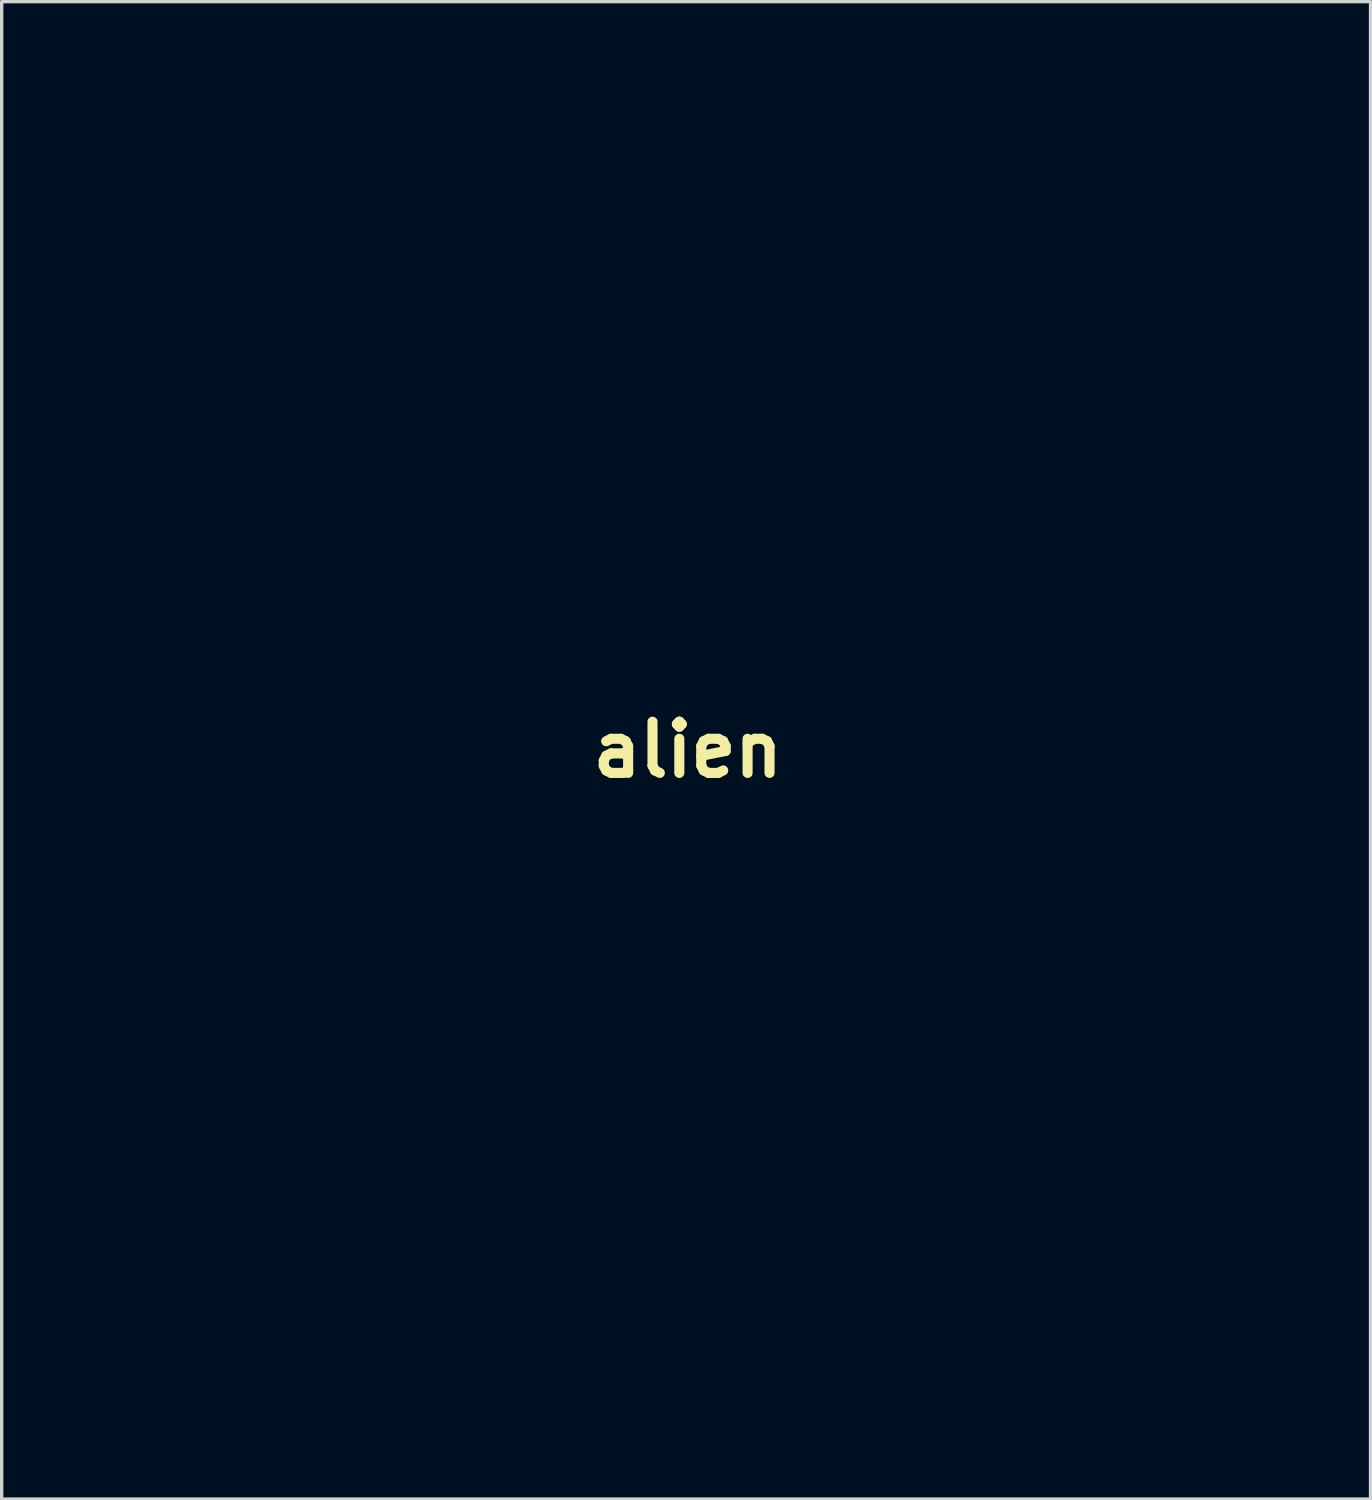
<source format=kicad_pcb>
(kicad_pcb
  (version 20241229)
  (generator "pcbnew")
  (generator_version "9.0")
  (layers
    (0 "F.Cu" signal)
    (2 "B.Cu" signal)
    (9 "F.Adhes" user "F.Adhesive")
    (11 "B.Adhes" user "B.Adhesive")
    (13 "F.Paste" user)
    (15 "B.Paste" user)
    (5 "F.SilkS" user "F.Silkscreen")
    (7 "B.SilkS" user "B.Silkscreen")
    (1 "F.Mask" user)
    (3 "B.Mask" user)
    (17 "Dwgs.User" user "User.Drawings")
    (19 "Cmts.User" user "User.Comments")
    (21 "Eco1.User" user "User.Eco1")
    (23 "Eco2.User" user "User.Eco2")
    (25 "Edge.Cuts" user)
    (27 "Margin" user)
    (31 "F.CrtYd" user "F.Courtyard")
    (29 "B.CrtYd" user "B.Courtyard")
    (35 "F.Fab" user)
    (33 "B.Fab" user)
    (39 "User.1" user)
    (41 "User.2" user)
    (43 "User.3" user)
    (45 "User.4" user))
  (footprint "alien"
    (layer "F.Cu")
    (at 17.427 19.269)
    (property "Reference" "alien" (at 0 0 0) (layer "F.SilkS") (effects (font (size 1.524 1.524) (thickness 0.3))))
    (attr through_hole)
    (fp_poly (pts (xy -4.083 12.279) (xy -4.005 12.442) (xy -3.967 12.724) (xy -4.036 12.835) (xy -4.191 12.79) (xy -4.319 12.642) (xy -4.367 12.44) (xy -4.332 12.263) (xy -4.218 12.192) (xy -4.083 12.279)) (stroke (width 0.01) (type solid)) (fill yes) (layer "F.Mask"))
    (fp_poly (pts (xy -5.071 1.07) (xy -4.878 1.194) (xy -4.744 1.336) (xy -4.729 1.429) (xy -4.884 1.516) (xy -5.105 1.495) (xy -5.263 1.402) (xy -5.371 1.222) (xy -5.359 1.069) (xy -5.255 1.016) (xy -5.071 1.07)) (stroke (width 0.01) (type solid)) (fill yes) (layer "F.Mask"))
    (fp_poly (pts (xy 5.302 1.096) (xy 5.36 1.238) (xy 5.287 1.367) (xy 5.109 1.487) (xy 4.895 1.522) (xy 4.726 1.471) (xy 4.674 1.369) (xy 4.759 1.205) (xy 4.955 1.084) (xy 5.173 1.045) (xy 5.302 1.096)) (stroke (width 0.01) (type solid)) (fill yes) (layer "F.Mask"))
    (fp_poly (pts (xy -3.636 11.985) (xy -3.561 12.128) (xy -3.449 12.497) (xy -3.454 12.71) (xy -3.518 12.77) (xy -3.625 12.718) (xy -3.688 12.577) (xy -3.766 12.278) (xy -3.814 12.116) (xy -3.829 11.933) (xy -3.752 11.89) (xy -3.636 11.985)) (stroke (width 0.01) (type solid)) (fill yes) (layer "F.Mask"))
    (fp_poly (pts (xy 2.581 10.811) (xy 2.636 10.934) (xy 2.523 11.137) (xy 2.406 11.26) (xy 2.188 11.438) (xy 2.073 11.45) (xy 2.042 11.287) (xy 2.051 11.151) (xy 2.104 10.914) (xy 2.239 10.811) (xy 2.362 10.788) (xy 2.581 10.811)) (stroke (width 0.01) (type solid)) (fill yes) (layer "F.Mask"))
    (fp_poly (pts (xy 4.301 12.269) (xy 4.331 12.449) (xy 4.25 12.658) (xy 4.213 12.704) (xy 4.023 12.868) (xy 3.895 12.891) (xy 3.861 12.808) (xy 3.903 12.599) (xy 4.001 12.374) (xy 4.114 12.218) (xy 4.166 12.192) (xy 4.301 12.269)) (stroke (width 0.01) (type solid)) (fill yes) (layer "F.Mask"))
    (fp_poly (pts (xy -12.979 9.328) (xy -12.715 9.732) (xy -12.562 9.99) (xy -12.515 10.124) (xy -12.573 10.158) (xy -12.731 10.112) (xy -12.865 10.06) (xy -13.169 9.84) (xy -13.393 9.496) (xy -13.495 9.103) (xy -13.494 8.975) (xy -13.462 8.601) (xy -12.979 9.328)) (stroke (width 0.01) (type solid)) (fill yes) (layer "F.Mask"))
    (fp_poly (pts (xy -2.192 10.814) (xy -2.132 10.897) (xy -2.106 11.093) (xy -2.07 11.252) (xy -2.058 11.427) (xy -2.182 11.48) (xy -2.212 11.481) (xy -2.417 11.401) (xy -2.563 11.252) (xy -2.67 10.993) (xy -2.604 10.827) (xy -2.379 10.77) (xy -2.192 10.814)) (stroke (width 0.01) (type solid)) (fill yes) (layer "F.Mask"))
    (fp_poly (pts (xy 3.23 11.248) (xy 3.301 11.469) (xy 3.253 11.846) (xy 3.229 11.942) (xy 3.127 12.259) (xy 3.041 12.376) (xy 2.966 12.295) (xy 2.908 12.078) (xy 2.843 11.603) (xy 2.871 11.305) (xy 2.995 11.18) (xy 3.037 11.176) (xy 3.23 11.248)) (stroke (width 0.01) (type solid)) (fill yes) (layer "F.Mask"))
    (fp_poly (pts (xy 3.69 9.791) (xy 3.814 10.066) (xy 3.854 10.346) (xy 3.824 10.591) (xy 3.734 10.757) (xy 3.597 10.804) (xy 3.428 10.693) (xy 3.337 10.556) (xy 3.321 10.382) (xy 3.374 10.102) (xy 3.394 10.023) (xy 3.52 9.531) (xy 3.69 9.791)) (stroke (width 0.01) (type solid)) (fill yes) (layer "F.Mask"))
    (fp_poly (pts (xy 3.772 11.86) (xy 3.825 12.024) (xy 3.769 12.174) (xy 3.677 12.437) (xy 3.658 12.592) (xy 3.591 12.766) (xy 3.494 12.802) (xy 3.382 12.751) (xy 3.389 12.57) (xy 3.393 12.552) (xy 3.523 12.117) (xy 3.643 11.881) (xy 3.753 11.844) (xy 3.772 11.86)) (stroke (width 0.01) (type solid)) (fill yes) (layer "F.Mask"))
    (fp_poly (pts (xy 14.702 8.149) (xy 14.568 8.351) (xy 14.419 8.545) (xy 14.149 8.833) (xy 13.946 8.932) (xy 13.807 8.842) (xy 13.778 8.781) (xy 13.778 8.531) (xy 13.933 8.306) (xy 14.2 8.172) (xy 14.202 8.172) (xy 14.453 8.112) (xy 14.605 8.072) (xy 14.711 8.063) (xy 14.702 8.149)) (stroke (width 0.01) (type solid)) (fill yes) (layer "F.Mask"))
    (fp_poly (pts (xy -4.189 10.404) (xy -4.166 10.546) (xy -4.115 10.757) (xy -4.066 10.828) (xy -4.045 10.99) (xy -4.167 11.255) (xy -4.348 11.504) (xy -4.492 11.577) (xy -4.606 11.515) (xy -4.674 11.33) (xy -4.672 11.048) (xy -4.611 10.757) (xy -4.503 10.546) (xy -4.488 10.531) (xy -4.289 10.384) (xy -4.189 10.404)) (stroke (width 0.01) (type solid)) (fill yes) (layer "F.Mask"))
    (fp_poly (pts (xy -3.506 9.642) (xy -3.45 9.876) (xy -3.42 10.082) (xy -3.406 10.479) (xy -3.466 10.734) (xy -3.591 10.829) (xy -3.768 10.745) (xy -3.795 10.719) (xy -3.927 10.551) (xy -3.962 10.46) (xy -3.925 10.29) (xy -3.834 10.043) (xy -3.72 9.791) (xy -3.615 9.605) (xy -3.559 9.55) (xy -3.506 9.642)) (stroke (width 0.01) (type solid)) (fill yes) (layer "F.Mask"))
    (fp_poly (pts (xy -2.992 11.237) (xy -2.906 11.444) (xy -2.895 11.501) (xy -2.883 11.757) (xy -2.921 12.038) (xy -2.99 12.274) (xy -3.077 12.392) (xy -3.092 12.395) (xy -3.146 12.307) (xy -3.223 12.086) (xy -3.253 11.981) (xy -3.331 11.572) (xy -3.297 11.317) (xy -3.149 11.201) (xy -3.129 11.196) (xy -2.992 11.237)) (stroke (width 0.01) (type solid)) (fill yes) (layer "F.Mask"))
    (fp_poly (pts (xy -1.084 8.143) (xy -1.034 8.339) (xy -1.052 8.714) (xy -1.076 8.912) (xy -1.133 9.282) (xy -1.195 9.496) (xy -1.281 9.598) (xy -1.397 9.634) (xy -1.614 9.595) (xy -1.69 9.502) (xy -1.735 9.186) (xy -1.689 8.81) (xy -1.571 8.462) (xy -1.41 8.238) (xy -1.208 8.113) (xy -1.084 8.143)) (stroke (width 0.01) (type solid)) (fill yes) (layer "F.Mask"))
    (fp_poly (pts (xy 1.31 8.189) (xy 1.561 8.449) (xy 1.684 8.838) (xy 1.667 9.317) (xy 1.659 9.358) (xy 1.568 9.582) (xy 1.392 9.652) (xy 1.376 9.652) (xy 1.167 9.624) (xy 1.084 9.584) (xy 1.051 9.456) (xy 1.027 9.181) (xy 1.016 8.816) (xy 1.016 8.766) (xy 1.016 8.015) (xy 1.31 8.189)) (stroke (width 0.01) (type solid)) (fill yes) (layer "F.Mask"))
    (fp_poly (pts (xy 3.048 9.133) (xy 3.173 9.364) (xy 3.226 9.674) (xy 3.209 9.898) (xy 3.138 10.145) (xy 3.011 10.235) (xy 2.766 10.204) (xy 2.718 10.192) (xy 2.608 10.125) (xy 2.576 9.968) (xy 2.599 9.721) (xy 2.657 9.356) (xy 2.713 9.15) (xy 2.786 9.06) (xy 2.875 9.042) (xy 3.048 9.133)) (stroke (width 0.01) (type solid)) (fill yes) (layer "F.Mask"))
    (fp_poly (pts (xy 13.548 9.308) (xy 13.506 9.47) (xy 13.361 9.693) (xy 13.135 9.938) (xy 12.966 10.084) (xy 12.706 10.278) (xy 12.564 10.348) (xy 12.507 10.298) (xy 12.497 10.172) (xy 12.572 9.995) (xy 12.762 9.761) (xy 13.008 9.522) (xy 13.256 9.333) (xy 13.45 9.246) (xy 13.465 9.246) (xy 13.548 9.308)) (stroke (width 0.01) (type solid)) (fill yes) (layer "F.Mask"))
    (fp_poly (pts (xy -2.789 9.108) (xy -2.743 9.29) (xy -2.706 9.577) (xy -2.639 9.812) (xy -2.573 10.017) (xy -2.563 10.115) (xy -2.707 10.178) (xy -2.929 10.218) (xy -3.123 10.22) (xy -3.178 10.199) (xy -3.236 10.035) (xy -3.25 9.76) (xy -3.227 9.462) (xy -3.169 9.229) (xy -3.129 9.164) (xy -2.932 9.048) (xy -2.789 9.108)) (stroke (width 0.01) (type solid)) (fill yes) (layer "F.Mask"))
    (fp_poly (pts (xy -1.959 8.575) (xy -1.962 8.611) (xy -1.974 8.746) (xy -1.957 9.015) (xy -1.93 9.246) (xy -1.906 9.662) (xy -1.957 9.936) (xy -2.07 10.055) (xy -2.231 10) (xy -2.398 9.802) (xy -2.505 9.513) (xy -2.511 9.182) (xy -2.431 8.869) (xy -2.281 8.634) (xy -2.076 8.535) (xy -2.064 8.534) (xy -1.959 8.575)) (stroke (width 0.01) (type solid)) (fill yes) (layer "F.Mask"))
    (fp_poly (pts (xy -1.292 10.405) (xy -1.136 10.687) (xy -1.055 10.949) (xy -1.061 11.16) (xy -1.162 11.427) (xy -1.182 11.472) (xy -1.309 11.72) (xy -1.409 11.867) (xy -1.434 11.885) (xy -1.486 11.795) (xy -1.559 11.561) (xy -1.622 11.293) (xy -1.702 10.821) (xy -1.702 10.515) (xy -1.618 10.353) (xy -1.476 10.312) (xy -1.292 10.405)) (stroke (width 0.01) (type solid)) (fill yes) (layer "F.Mask"))
    (fp_poly (pts (xy -0.246 10.092) (xy -0.21 10.22) (xy -0.213 10.483) (xy -0.232 10.744) (xy -0.293 11.282) (xy -0.366 11.626) (xy -0.448 11.774) (xy -0.538 11.725) (xy -0.633 11.476) (xy -0.712 11.121) (xy -0.774 10.755) (xy -0.788 10.528) (xy -0.748 10.38) (xy -0.657 10.258) (xy -0.467 10.106) (xy -0.325 10.058) (xy -0.246 10.092)) (stroke (width 0.01) (type solid)) (fill yes) (layer "F.Mask"))
    (fp_poly (pts (xy 1.691 10.405) (xy 1.715 10.679) (xy 1.643 11.118) (xy 1.593 11.322) (xy 1.477 11.672) (xy 1.361 11.839) (xy 1.256 11.815) (xy 1.172 11.613) (xy 1.093 11.39) (xy 1.016 11.277) (xy 0.975 11.147) (xy 1.011 10.913) (xy 1.101 10.647) (xy 1.219 10.42) (xy 1.341 10.306) (xy 1.567 10.285) (xy 1.691 10.405)) (stroke (width 0.01) (type solid)) (fill yes) (layer "F.Mask"))
    (fp_poly (pts (xy 2.267 8.624) (xy 2.395 8.856) (xy 2.458 9.173) (xy 2.445 9.519) (xy 2.346 9.837) (xy 2.34 9.85) (xy 2.208 10.027) (xy 2.058 10.031) (xy 1.958 9.976) (xy 1.898 9.841) (xy 1.876 9.582) (xy 1.887 9.261) (xy 1.925 8.939) (xy 1.985 8.679) (xy 2.062 8.542) (xy 2.085 8.534) (xy 2.267 8.624)) (stroke (width 0.01) (type solid)) (fill yes) (layer "F.Mask"))
    (fp_poly (pts (xy -0.435 7.995) (xy -0.333 8.091) (xy -0.247 8.326) (xy -0.209 8.672) (xy -0.219 9.046) (xy -0.276 9.36) (xy -0.336 9.489) (xy -0.45 9.613) (xy -0.549 9.569) (xy -0.611 9.498) (xy -0.693 9.308) (xy -0.761 8.991) (xy -0.794 8.691) (xy -0.808 8.334) (xy -0.787 8.128) (xy -0.719 8.023) (xy -0.649 7.985) (xy -0.435 7.995)) (stroke (width 0.01) (type solid)) (fill yes) (layer "F.Mask"))
    (fp_poly (pts (xy 0.719 8.05) (xy 0.806 8.285) (xy 0.81 8.367) (xy 0.783 8.703) (xy 0.718 9.063) (xy 0.632 9.372) (xy 0.541 9.557) (xy 0.536 9.563) (xy 0.399 9.581) (xy 0.325 9.53) (xy 0.25 9.351) (xy 0.21 9.047) (xy 0.205 8.691) (xy 0.234 8.354) (xy 0.296 8.107) (xy 0.343 8.037) (xy 0.55 7.957) (xy 0.719 8.05)) (stroke (width 0.01) (type solid)) (fill yes) (layer "F.Mask"))
    (fp_poly (pts (xy 4.447 10.505) (xy 4.516 10.595) (xy 4.589 10.801) (xy 4.613 11.074) (xy 4.594 11.341) (xy 4.533 11.532) (xy 4.464 11.582) (xy 4.353 11.51) (xy 4.188 11.334) (xy 4.169 11.31) (xy 4.038 11.086) (xy 4.006 10.907) (xy 4.009 10.895) (xy 4.057 10.672) (xy 4.064 10.558) (xy 4.124 10.397) (xy 4.269 10.381) (xy 4.447 10.505)) (stroke (width 0.01) (type solid)) (fill yes) (layer "F.Mask"))
    (fp_poly (pts (xy -11.856 -6.579) (xy -11.784 -6.405) (xy -11.675 -6.142) (xy -11.656 -6.096) (xy -11.57 -5.843) (xy -11.575 -5.637) (xy -11.676 -5.369) (xy -11.685 -5.349) (xy -11.812 -5.112) (xy -11.904 -5.053) (xy -11.95 -5.095) (xy -11.994 -5.26) (xy -12.026 -5.564) (xy -12.039 -5.944) (xy -12.039 -5.969) (xy -12.027 -6.41) (xy -11.99 -6.654) (xy -11.928 -6.699) (xy -11.856 -6.579)) (stroke (width 0.01) (type solid)) (fill yes) (layer "F.Mask"))
    (fp_poly (pts (xy 0.508 10.128) (xy 0.639 10.239) (xy 0.723 10.362) (xy 0.754 10.525) (xy 0.735 10.783) (xy 0.685 11.102) (xy 0.604 11.507) (xy 0.527 11.725) (xy 0.443 11.773) (xy 0.345 11.667) (xy 0.303 11.513) (xy 0.261 11.217) (xy 0.227 10.84) (xy 0.224 10.804) (xy 0.206 10.411) (xy 0.218 10.182) (xy 0.264 10.078) (xy 0.326 10.058) (xy 0.508 10.128)) (stroke (width 0.01) (type solid)) (fill yes) (layer "F.Mask"))
    (fp_poly (pts (xy -13.736 -13.103) (xy -13.755 -13.05) (xy -13.773 -12.852) (xy -13.743 -12.542) (xy -13.704 -12.331) (xy -13.641 -11.987) (xy -13.644 -11.775) (xy -13.713 -11.637) (xy -13.935 -11.506) (xy -14.222 -11.495) (xy -14.397 -11.561) (xy -14.468 -11.715) (xy -14.452 -11.987) (xy -14.368 -12.32) (xy -14.235 -12.657) (xy -14.07 -12.942) (xy -13.893 -13.12) (xy -13.882 -13.126) (xy -13.742 -13.182) (xy -13.736 -13.103)) (stroke (width 0.01) (type solid)) (fill yes) (layer "F.Mask"))
    (fp_poly (pts (xy -12.806 -3.519) (xy -12.537 -3.337) (xy -12.425 -3.226) (xy -12.24 -3.011) (xy -12.156 -2.821) (xy -12.146 -2.569) (xy -12.164 -2.362) (xy -12.219 -2.014) (xy -12.292 -1.849) (xy -12.376 -1.874) (xy -12.447 -2.035) (xy -12.577 -2.209) (xy -12.817 -2.382) (xy -12.883 -2.416) (xy -13.204 -2.638) (xy -13.37 -2.906) (xy -13.364 -3.183) (xy -13.262 -3.35) (xy -13.036 -3.522) (xy -12.806 -3.519)) (stroke (width 0.01) (type solid)) (fill yes) (layer "F.Mask"))
    (fp_poly (pts (xy 12.338 -6.936) (xy 12.2 -6.743) (xy 12.081 -6.538) (xy 12.04 -6.286) (xy 12.059 -5.965) (xy 12.077 -5.617) (xy 12.032 -5.385) (xy 11.907 -5.188) (xy 11.902 -5.182) (xy 11.691 -4.928) (xy 11.687 -5.187) (xy 11.641 -5.431) (xy 11.567 -5.563) (xy 11.521 -5.739) (xy 11.579 -6.018) (xy 11.719 -6.345) (xy 11.92 -6.663) (xy 12.092 -6.86) (xy 12.303 -7.038) (xy 12.388 -7.06) (xy 12.338 -6.936)) (stroke (width 0.01) (type solid)) (fill yes) (layer "F.Mask"))
    (fp_poly (pts (xy -12.949 -15.356) (xy -12.965 -15.13) (xy -13.029 -14.817) (xy -13.132 -14.469) (xy -13.224 -14.224) (xy -13.445 -13.846) (xy -13.783 -13.532) (xy -13.921 -13.437) (xy -14.198 -13.26) (xy -14.402 -13.14) (xy -14.477 -13.106) (xy -14.514 -13.195) (xy -14.529 -13.402) (xy -14.447 -13.705) (xy -14.211 -14.102) (xy -14.108 -14.24) (xy -13.768 -14.663) (xy -13.459 -15.021) (xy -13.205 -15.285) (xy -13.035 -15.427) (xy -12.991 -15.443) (xy -12.949 -15.356)) (stroke (width 0.01) (type solid)) (fill yes) (layer "F.Mask"))
    (fp_poly (pts (xy 13.175 -3.427) (xy 13.242 -3.346) (xy 13.344 -3.049) (xy 13.263 -2.758) (xy 13.013 -2.513) (xy 12.899 -2.451) (xy 12.639 -2.282) (xy 12.461 -2.085) (xy 12.447 -2.057) (xy 12.313 -1.86) (xy 12.194 -1.838) (xy 12.14 -1.981) (xy 12.154 -2.121) (xy 12.162 -2.406) (xy 12.105 -2.614) (xy 12.063 -2.764) (xy 12.126 -2.928) (xy 12.317 -3.164) (xy 12.337 -3.185) (xy 12.66 -3.463) (xy 12.94 -3.544) (xy 13.175 -3.427)) (stroke (width 0.01) (type solid)) (fill yes) (layer "F.Mask"))
    (fp_poly (pts (xy 16.614 2.887) (xy 16.798 2.956) (xy 16.848 3.08) (xy 16.813 3.281) (xy 16.749 3.598) (xy 16.687 3.972) (xy 16.675 4.054) (xy 16.538 4.472) (xy 16.256 4.76) (xy 15.813 4.931) (xy 15.757 4.942) (xy 15.411 5.01) (xy 15.479 4.519) (xy 15.549 4.192) (xy 15.651 3.93) (xy 15.699 3.858) (xy 15.813 3.623) (xy 15.826 3.459) (xy 15.887 3.21) (xy 16.088 3.003) (xy 16.366 2.885) (xy 16.614 2.887)) (stroke (width 0.01) (type solid)) (fill yes) (layer "F.Mask"))
    (fp_poly (pts (xy 17.054 -4.31) (xy 17.144 -4.021) (xy 17.17 -3.812) (xy 17.208 -3.526) (xy 17.272 -3.302) (xy 17.317 -3.049) (xy 17.211 -2.812) (xy 17.196 -2.791) (xy 17.051 -2.616) (xy 16.959 -2.543) (xy 16.907 -2.631) (xy 16.842 -2.859) (xy 16.806 -3.023) (xy 16.731 -3.322) (xy 16.642 -3.459) (xy 16.535 -3.475) (xy 16.413 -3.497) (xy 16.363 -3.65) (xy 16.358 -3.799) (xy 16.408 -4.1) (xy 16.596 -4.32) (xy 16.648 -4.358) (xy 16.938 -4.565) (xy 17.054 -4.31)) (stroke (width 0.01) (type solid)) (fill yes) (layer "F.Mask"))
    (fp_poly (pts (xy -17.029 -4.425) (xy -16.808 -4.355) (xy -16.552 -4.246) (xy -16.485 -4.213) (xy -16.498 -4.118) (xy -16.556 -3.884) (xy -16.623 -3.651) (xy -16.722 -3.234) (xy -16.787 -2.798) (xy -16.8 -2.618) (xy -16.84 -2.284) (xy -16.934 -2.145) (xy -17.077 -2.203) (xy -17.268 -2.457) (xy -17.385 -2.686) (xy -17.422 -2.84) (xy -17.417 -2.857) (xy -17.382 -2.989) (xy -17.334 -3.266) (xy -17.282 -3.629) (xy -17.278 -3.66) (xy -17.228 -4.021) (xy -17.18 -4.296) (xy -17.144 -4.429) (xy -17.141 -4.432) (xy -17.029 -4.425)) (stroke (width 0.01) (type solid)) (fill yes) (layer "F.Mask"))
    (fp_poly (pts (xy -16.467 -8.453) (xy -16.459 -8.394) (xy -16.388 -8.216) (xy -16.307 -8.128) (xy -16.203 -7.946) (xy -16.155 -7.671) (xy -16.154 -7.641) (xy -16.108 -7.342) (xy -15.997 -7.107) (xy -15.988 -7.097) (xy -15.88 -6.928) (xy -15.93 -6.783) (xy -15.95 -6.758) (xy -16.127 -6.659) (xy -16.395 -6.607) (xy -16.656 -6.614) (xy -16.798 -6.672) (xy -16.844 -6.823) (xy -16.851 -7.104) (xy -16.826 -7.459) (xy -16.777 -7.834) (xy -16.71 -8.175) (xy -16.633 -8.426) (xy -16.554 -8.534) (xy -16.547 -8.534) (xy -16.467 -8.453)) (stroke (width 0.01) (type solid)) (fill yes) (layer "F.Mask"))
    (fp_poly (pts (xy 15.896 -10.265) (xy 15.905 -10.258) (xy 16.034 -10.05) (xy 16.002 -9.819) (xy 15.839 -9.613) (xy 15.576 -9.478) (xy 15.366 -9.449) (xy 15.002 -9.352) (xy 14.674 -9.083) (xy 14.421 -8.672) (xy 14.419 -8.667) (xy 14.303 -8.412) (xy 14.222 -8.258) (xy 14.202 -8.238) (xy 14.096 -8.278) (xy 14.058 -8.293) (xy 13.994 -8.419) (xy 14.018 -8.668) (xy 14.12 -8.99) (xy 14.285 -9.331) (xy 14.319 -9.388) (xy 14.617 -9.775) (xy 14.963 -10.078) (xy 15.317 -10.275) (xy 15.641 -10.344) (xy 15.896 -10.265)) (stroke (width 0.01) (type solid)) (fill yes) (layer "F.Mask"))
    (fp_poly (pts (xy 5.882 1.265) (xy 5.991 1.416) (xy 6.097 1.812) (xy 6.043 2.241) (xy 5.841 2.625) (xy 5.833 2.634) (xy 5.512 2.891) (xy 5.154 2.95) (xy 4.768 2.811) (xy 4.525 2.631) (xy 4.256 2.324) (xy 4.17 2.006) (xy 4.252 1.617) (xy 4.264 1.582) (xy 4.363 1.322) (xy 4.597 1.55) (xy 4.759 1.786) (xy 4.794 1.987) (xy 4.841 2.227) (xy 5.023 2.391) (xy 5.253 2.419) (xy 5.381 2.335) (xy 5.437 2.119) (xy 5.445 1.979) (xy 5.489 1.585) (xy 5.589 1.322) (xy 5.727 1.209) (xy 5.882 1.265)) (stroke (width 0.01) (type solid)) (fill yes) (layer "F.Mask"))
    (fp_poly (pts (xy 7.839 17.812) (xy 8.018 17.875) (xy 8.062 17.928) (xy 8.02 17.995) (xy 7.875 18.083) (xy 7.608 18.201) (xy 7.2 18.357) (xy 6.632 18.56) (xy 6.045 18.763) (xy 5.332 18.994) (xy 4.744 19.149) (xy 4.227 19.241) (xy 3.886 19.275) (xy 3.503 19.296) (xy 3.212 19.302) (xy 3.06 19.292) (xy 3.048 19.284) (xy 3.132 19.182) (xy 3.352 19.018) (xy 3.662 18.82) (xy 4.017 18.615) (xy 4.37 18.432) (xy 4.675 18.297) (xy 4.718 18.282) (xy 5.103 18.171) (xy 5.615 18.055) (xy 6.189 17.947) (xy 6.757 17.858) (xy 7.253 17.799) (xy 7.569 17.782) (xy 7.839 17.812)) (stroke (width 0.01) (type solid)) (fill yes) (layer "F.Mask"))
    (fp_poly (pts (xy -7.899 17.785) (xy -7.421 17.813) (xy -6.887 17.864) (xy -6.333 17.936) (xy -5.793 18.024) (xy -5.305 18.124) (xy -4.903 18.233) (xy -4.788 18.274) (xy -4.331 18.47) (xy -3.889 18.698) (xy -3.52 18.926) (xy -3.277 19.122) (xy -3.256 19.146) (xy -3.201 19.239) (xy -3.262 19.284) (xy -3.476 19.293) (xy -3.62 19.29) (xy -3.973 19.272) (xy -4.281 19.244) (xy -4.369 19.231) (xy -5.034 19.098) (xy -5.719 18.939) (xy -6.393 18.762) (xy -7.029 18.577) (xy -7.596 18.393) (xy -8.068 18.218) (xy -8.414 18.062) (xy -8.606 17.934) (xy -8.636 17.879) (xy -8.542 17.814) (xy -8.285 17.784) (xy -7.899 17.785)) (stroke (width 0.01) (type solid)) (fill yes) (layer "F.Mask"))
    (fp_poly (pts (xy -5.602 1.11) (xy -5.588 1.195) (xy -5.531 1.415) (xy -5.477 1.493) (xy -5.419 1.65) (xy -5.481 1.818) (xy -5.537 2.074) (xy -5.454 2.286) (xy -5.281 2.415) (xy -5.067 2.422) (xy -4.881 2.291) (xy -4.809 2.08) (xy -4.825 1.935) (xy -4.822 1.735) (xy -4.731 1.665) (xy -4.592 1.527) (xy -4.572 1.441) (xy -4.535 1.344) (xy -4.447 1.392) (xy -4.339 1.544) (xy -4.244 1.762) (xy -4.209 1.893) (xy -4.234 2.225) (xy -4.416 2.522) (xy -4.705 2.757) (xy -5.054 2.902) (xy -5.416 2.929) (xy -5.744 2.811) (xy -5.758 2.8) (xy -6.009 2.505) (xy -6.138 2.106) (xy -6.124 1.679) (xy -6.096 1.574) (xy -5.978 1.326) (xy -5.83 1.146) (xy -5.692 1.064) (xy -5.602 1.11)) (stroke (width 0.01) (type solid)) (fill yes) (layer "F.Mask"))
    (fp_poly (pts (xy -8.447 16.1) (xy -7.388 16.224) (xy -6.313 16.437) (xy -5.269 16.729) (xy -4.307 17.088) (xy -3.474 17.505) (xy -3.174 17.696) (xy -2.744 18.012) (xy -2.364 18.333) (xy -2.055 18.634) (xy -1.837 18.892) (xy -1.731 19.085) (xy -1.759 19.19) (xy -1.82 19.202) (xy -1.992 19.236) (xy -2.066 19.261) (xy -2.221 19.221) (xy -2.492 19.04) (xy -2.86 18.729) (xy -2.92 18.675) (xy -3.317 18.337) (xy -3.75 18.012) (xy -4.138 17.758) (xy -4.227 17.708) (xy -5.13 17.317) (xy -6.16 17.024) (xy -7.258 16.839) (xy -8.369 16.771) (xy -9.437 16.828) (xy -9.681 16.862) (xy -10.098 16.923) (xy -10.373 16.944) (xy -10.569 16.922) (xy -10.744 16.852) (xy -10.897 16.766) (xy -11.149 16.604) (xy -11.266 16.484) (xy -11.232 16.39) (xy -11.034 16.308) (xy -10.658 16.223) (xy -10.319 16.16) (xy -9.44 16.075) (xy -8.447 16.1)) (stroke (width 0.01) (type solid)) (fill yes) (layer "F.Mask"))
    (fp_poly (pts (xy -16.812 1.188) (xy -16.647 1.363) (xy -16.592 1.427) (xy -16.321 1.683) (xy -15.995 1.907) (xy -15.947 1.932) (xy -15.695 2.09) (xy -15.606 2.237) (xy -15.614 2.324) (xy -15.604 2.604) (xy -15.415 2.873) (xy -15.039 3.141) (xy -14.843 3.247) (xy -14.526 3.426) (xy -14.288 3.597) (xy -14.186 3.712) (xy -14.129 3.985) (xy -14.135 4.28) (xy -14.193 4.529) (xy -14.294 4.665) (xy -14.331 4.674) (xy -14.446 4.599) (xy -14.574 4.448) (xy -14.693 4.236) (xy -14.732 4.099) (xy -14.808 3.964) (xy -14.995 3.79) (xy -15.037 3.759) (xy -15.238 3.58) (xy -15.339 3.421) (xy -15.342 3.4) (xy -15.423 3.188) (xy -15.63 2.934) (xy -15.909 2.69) (xy -16.206 2.507) (xy -16.329 2.459) (xy -16.701 2.261) (xy -16.947 1.953) (xy -17.035 1.584) (xy -17.017 1.42) (xy -16.957 1.208) (xy -16.903 1.118) (xy -16.902 1.118) (xy -16.812 1.188)) (stroke (width 0.01) (type solid)) (fill yes) (layer "F.Mask"))
    (fp_poly (pts (xy -9.85 -16.487) (xy -9.719 -16.368) (xy -9.505 -16.154) (xy -9.719 -16.154) (xy -9.963 -16.108) (xy -10.225 -16.003) (xy -10.476 -15.895) (xy -10.668 -15.85) (xy -10.929 -15.773) (xy -11.248 -15.572) (xy -11.567 -15.289) (xy -11.744 -15.084) (xy -11.911 -14.826) (xy -12.012 -14.543) (xy -12.071 -14.161) (xy -12.086 -13.981) (xy -12.141 -13.254) (xy -12.548 -13.326) (xy -12.853 -13.36) (xy -13.096 -13.354) (xy -13.132 -13.347) (xy -13.281 -13.349) (xy -13.296 -13.434) (xy -13.181 -13.535) (xy -13.122 -13.559) (xy -12.903 -13.732) (xy -12.76 -14.081) (xy -12.701 -14.588) (xy -12.7 -14.691) (xy -12.648 -15.23) (xy -12.469 -15.661) (xy -12.133 -16.056) (xy -12.041 -16.139) (xy -11.727 -16.377) (xy -11.507 -16.449) (xy -11.367 -16.356) (xy -11.338 -16.294) (xy -11.255 -16.193) (xy -11.078 -16.17) (xy -10.844 -16.198) (xy -10.509 -16.279) (xy -10.222 -16.395) (xy -10.173 -16.424) (xy -9.988 -16.522) (xy -9.85 -16.487)) (stroke (width 0.01) (type solid)) (fill yes) (layer "F.Mask"))
    (fp_poly (pts (xy 14.269 -1.429) (xy 14.397 -1.212) (xy 14.427 -1.071) (xy 14.466 -0.948) (xy 14.618 -0.93) (xy 14.723 -0.948) (xy 15.02 -0.942) (xy 15.143 -0.858) (xy 15.2 -0.728) (xy 15.121 -0.581) (xy 15.011 -0.471) (xy 14.745 -0.253) (xy 14.436 -0.037) (xy 14.402 -0.016) (xy 13.981 0.348) (xy 13.59 0.896) (xy 13.31 1.448) (xy 13.167 1.75) (xy 13.057 1.892) (xy 12.943 1.906) (xy 12.811 1.837) (xy 12.609 1.784) (xy 12.531 1.798) (xy 12.407 1.808) (xy 12.409 1.716) (xy 12.523 1.562) (xy 12.7 1.406) (xy 12.937 1.17) (xy 13.159 0.852) (xy 13.216 0.745) (xy 13.331 0.488) (xy 13.375 0.291) (xy 13.35 0.068) (xy 13.26 -0.263) (xy 13.26 -0.264) (xy 13.159 -0.685) (xy 13.155 -0.951) (xy 13.252 -1.086) (xy 13.413 -1.118) (xy 13.628 -1.187) (xy 13.859 -1.353) (xy 13.867 -1.361) (xy 14.04 -1.517) (xy 14.149 -1.536) (xy 14.269 -1.429)) (stroke (width 0.01) (type solid)) (fill yes) (layer "F.Mask"))
    (fp_poly (pts (xy 9.732 16.112) (xy 10.213 16.131) (xy 10.522 16.172) (xy 10.674 16.242) (xy 10.684 16.346) (xy 10.568 16.49) (xy 10.389 16.642) (xy 10.137 16.827) (xy 9.944 16.901) (xy 9.718 16.887) (xy 9.544 16.849) (xy 9.182 16.802) (xy 8.675 16.784) (xy 8.077 16.794) (xy 7.446 16.828) (xy 6.835 16.884) (xy 6.301 16.959) (xy 5.994 17.024) (xy 5.185 17.288) (xy 4.363 17.657) (xy 3.604 18.091) (xy 3.069 18.48) (xy 2.716 18.743) (xy 2.369 18.947) (xy 2.064 19.078) (xy 1.84 19.12) (xy 1.732 19.058) (xy 1.727 19.027) (xy 1.802 18.897) (xy 1.999 18.679) (xy 2.282 18.406) (xy 2.611 18.115) (xy 2.949 17.84) (xy 3.257 17.617) (xy 3.312 17.581) (xy 3.902 17.263) (xy 4.656 16.947) (xy 5.535 16.648) (xy 6.482 16.385) (xy 6.974 16.27) (xy 7.407 16.192) (xy 7.845 16.143) (xy 8.351 16.118) (xy 8.99 16.109) (xy 9.063 16.109) (xy 9.732 16.112)) (stroke (width 0.01) (type solid)) (fill yes) (layer "F.Mask"))
    (fp_poly (pts (xy -7.386 7.486) (xy -7.01 7.569) (xy -6.586 7.683) (xy -6.164 7.815) (xy -5.79 7.955) (xy -5.624 8.029) (xy -5.256 8.243) (xy -4.894 8.512) (xy -4.582 8.796) (xy -4.36 9.058) (xy -4.269 9.26) (xy -4.269 9.271) (xy -4.321 9.467) (xy -4.359 9.539) (xy -4.445 9.598) (xy -4.591 9.546) (xy -4.837 9.367) (xy -4.86 9.348) (xy -5.19 9.137) (xy -5.557 8.983) (xy -5.9 8.904) (xy -6.156 8.92) (xy -6.194 8.939) (xy -6.179 9.005) (xy -6.01 9.093) (xy -5.902 9.129) (xy -5.567 9.282) (xy -5.25 9.511) (xy -5.005 9.77) (xy -4.882 10.011) (xy -4.877 10.06) (xy -4.914 10.254) (xy -5.029 10.274) (xy -5.229 10.117) (xy -5.424 9.9) (xy -5.715 9.603) (xy -6.038 9.343) (xy -6.203 9.243) (xy -6.446 9.096) (xy -6.589 8.967) (xy -6.604 8.93) (xy -6.67 8.813) (xy -6.848 8.591) (xy -7.103 8.304) (xy -7.23 8.17) (xy -7.502 7.875) (xy -7.702 7.638) (xy -7.801 7.492) (xy -7.804 7.465) (xy -7.667 7.448) (xy -7.386 7.486)) (stroke (width 0.01) (type solid)) (fill yes) (layer "F.Mask"))
    (fp_poly (pts (xy 7.682 7.547) (xy 7.684 7.549) (xy 7.65 7.648) (xy 7.5 7.853) (xy 7.262 8.129) (xy 7.129 8.271) (xy 6.849 8.572) (xy 6.634 8.821) (xy 6.516 8.982) (xy 6.502 9.014) (xy 6.418 9.107) (xy 6.206 9.233) (xy 6.098 9.284) (xy 5.743 9.514) (xy 5.413 9.854) (xy 5.369 9.913) (xy 5.184 10.161) (xy 5.051 10.325) (xy 5.009 10.363) (xy 4.947 10.283) (xy 4.907 10.195) (xy 4.909 9.933) (xy 5.086 9.652) (xy 5.415 9.381) (xy 5.676 9.234) (xy 5.987 9.061) (xy 6.112 8.942) (xy 6.051 8.888) (xy 5.805 8.907) (xy 5.653 8.938) (xy 5.375 9.031) (xy 5.07 9.179) (xy 4.797 9.346) (xy 4.615 9.498) (xy 4.573 9.576) (xy 4.489 9.644) (xy 4.42 9.652) (xy 4.298 9.562) (xy 4.267 9.361) (xy 4.351 9.107) (xy 4.575 8.799) (xy 4.9 8.478) (xy 5.285 8.181) (xy 5.689 7.948) (xy 5.755 7.919) (xy 6.075 7.804) (xy 6.466 7.698) (xy 6.875 7.608) (xy 7.249 7.547) (xy 7.536 7.523) (xy 7.682 7.547)) (stroke (width 0.01) (type solid)) (fill yes) (layer "F.Mask"))
    (fp_poly (pts (xy -16.8 -6.126) (xy -16.562 -6.014) (xy -16.338 -5.87) (xy -16.163 -5.655) (xy -15.995 -5.314) (xy -15.952 -5.21) (xy -15.635 -4.603) (xy -15.23 -4.098) (xy -14.766 -3.721) (xy -14.276 -3.501) (xy -13.937 -3.454) (xy -13.731 -3.431) (xy -13.674 -3.328) (xy -13.688 -3.218) (xy -13.679 -2.972) (xy -13.598 -2.663) (xy -13.572 -2.596) (xy -13.447 -2.239) (xy -13.416 -2.013) (xy -13.471 -1.934) (xy -13.605 -2.018) (xy -13.746 -2.188) (xy -13.937 -2.367) (xy -14.205 -2.434) (xy -14.33 -2.438) (xy -14.583 -2.461) (xy -14.722 -2.516) (xy -14.732 -2.538) (xy -14.821 -2.686) (xy -15.044 -2.829) (xy -15.334 -2.934) (xy -15.58 -2.967) (xy -15.812 -2.989) (xy -15.941 -3.093) (xy -16.036 -3.337) (xy -16.04 -3.349) (xy -16.117 -3.69) (xy -16.154 -4.011) (xy -16.154 -4.039) (xy -16.23 -4.338) (xy -16.415 -4.516) (xy -16.605 -4.697) (xy -16.65 -4.94) (xy -16.645 -5.011) (xy -16.646 -5.236) (xy -16.723 -5.31) (xy -16.778 -5.307) (xy -16.929 -5.374) (xy -17.03 -5.608) (xy -17.067 -5.969) (xy -17.053 -6.128) (xy -16.978 -6.179) (xy -16.8 -6.126)) (stroke (width 0.01) (type solid)) (fill yes) (layer "F.Mask"))
    (fp_poly (pts (xy -12.913 -13.144) (xy -12.427 -13.085) (xy -11.822 -13.104) (xy -11.582 -13.128) (xy -11.415 -13.124) (xy -11.334 -13.026) (xy -11.298 -12.781) (xy -11.296 -12.763) (xy -11.338 -12.245) (xy -11.538 -11.803) (xy -11.702 -11.617) (xy -11.855 -11.496) (xy -11.942 -11.515) (xy -12.002 -11.61) (xy -12.18 -11.768) (xy -12.412 -11.777) (xy -12.644 -11.665) (xy -12.825 -11.456) (xy -12.903 -11.177) (xy -12.903 -11.158) (xy -12.977 -10.895) (xy -13.106 -10.719) (xy -13.253 -10.611) (xy -13.31 -10.614) (xy -13.372 -10.625) (xy -13.466 -10.563) (xy -13.583 -10.374) (xy -13.593 -10.257) (xy -13.631 -10.084) (xy -13.753 -9.875) (xy -13.902 -9.71) (xy -14.011 -9.662) (xy -14.106 -9.737) (xy -14.287 -9.922) (xy -14.448 -10.099) (xy -14.815 -10.594) (xy -15.003 -11.049) (xy -15.037 -11.335) (xy -15.015 -11.52) (xy -14.922 -11.565) (xy -14.717 -11.478) (xy -14.63 -11.43) (xy -14.262 -11.3) (xy -13.896 -11.304) (xy -13.605 -11.44) (xy -13.565 -11.479) (xy -13.447 -11.676) (xy -13.425 -11.945) (xy -13.443 -12.119) (xy -13.495 -12.429) (xy -13.55 -12.671) (xy -13.565 -12.717) (xy -13.548 -12.906) (xy -13.452 -13.051) (xy -13.274 -13.164) (xy -13.031 -13.167) (xy -12.913 -13.144)) (stroke (width 0.01) (type solid)) (fill yes) (layer "F.Mask"))
    (fp_poly (pts (xy -4.709 -1.586) (xy -4.228 -1.45) (xy -3.734 -1.19) (xy -3.494 -1.032) (xy -3.008 -0.637) (xy -2.681 -0.213) (xy -2.472 0.297) (xy -2.428 0.468) (xy -2.385 1.083) (xy -2.521 1.701) (xy -2.811 2.296) (xy -3.233 2.842) (xy -3.763 3.314) (xy -4.38 3.685) (xy -5.058 3.929) (xy -5.588 4.013) (xy -5.944 4.032) (xy -6.221 4.034) (xy -6.35 4.02) (xy -6.52 3.97) (xy -6.723 3.921) (xy -7.135 3.733) (xy -7.513 3.384) (xy -7.835 2.911) (xy -8.075 2.356) (xy -8.127 2.125) (xy -6.384 2.125) (xy -6.258 2.574) (xy -5.998 2.911) (xy -5.624 3.109) (xy -5.315 3.15) (xy -4.962 3.115) (xy -4.644 3.03) (xy -4.582 3.002) (xy -4.228 2.727) (xy -4.03 2.376) (xy -3.975 1.986) (xy -4.049 1.594) (xy -4.239 1.236) (xy -4.531 0.95) (xy -4.911 0.772) (xy -5.368 0.737) (xy -5.411 0.743) (xy -5.853 0.89) (xy -6.181 1.179) (xy -6.357 1.579) (xy -6.36 1.591) (xy -6.384 2.125) (xy -8.127 2.125) (xy -8.21 1.758) (xy -8.23 1.434) (xy -8.194 0.799) (xy -8.07 0.295) (xy -7.837 -0.138) (xy -7.471 -0.559) (xy -6.855 -1.07) (xy -6.202 -1.424) (xy -5.547 -1.605) (xy -5.254 -1.626) (xy -4.709 -1.586)) (stroke (width 0.01) (type solid)) (fill yes) (layer "F.Mask"))
    (fp_poly (pts (xy 5.131 -1.569) (xy 5.596 -1.553) (xy 5.941 -1.502) (xy 6.248 -1.398) (xy 6.48 -1.286) (xy 7.168 -0.835) (xy 7.708 -0.278) (xy 8.084 0.364) (xy 8.272 1.031) (xy 8.269 1.564) (xy 8.138 2.15) (xy 7.903 2.731) (xy 7.59 3.248) (xy 7.224 3.644) (xy 7.077 3.75) (xy 6.646 3.924) (xy 6.098 4.014) (xy 5.501 4.014) (xy 4.924 3.919) (xy 4.885 3.909) (xy 4.332 3.714) (xy 3.871 3.449) (xy 3.431 3.068) (xy 3.198 2.82) (xy 2.83 2.381) (xy 2.59 2.008) (xy 2.56 1.933) (xy 3.933 1.933) (xy 4.001 2.379) (xy 4.249 2.78) (xy 4.511 2.994) (xy 4.851 3.108) (xy 5.291 3.143) (xy 5.634 3.118) (xy 5.869 3.012) (xy 5.985 2.905) (xy 6.227 2.513) (xy 6.337 2.033) (xy 6.298 1.542) (xy 6.273 1.453) (xy 6.059 1.088) (xy 5.725 0.848) (xy 5.321 0.741) (xy 4.893 0.778) (xy 4.49 0.968) (xy 4.357 1.078) (xy 4.052 1.488) (xy 3.933 1.933) (xy 2.56 1.933) (xy 2.446 1.639) (xy 2.368 1.216) (xy 2.378 0.534) (xy 2.578 -0.081) (xy 2.969 -0.631) (xy 3.553 -1.119) (xy 3.81 -1.28) (xy 4.099 -1.433) (xy 4.357 -1.521) (xy 4.661 -1.561) (xy 5.085 -1.57) (xy 5.131 -1.569)) (stroke (width 0.01) (type solid)) (fill yes) (layer "F.Mask"))
    (fp_poly (pts (xy 9.994 -17.306) (xy 10.315 -17.145) (xy 10.649 -16.932) (xy 10.927 -16.708) (xy 11.069 -16.54) (xy 11.155 -16.351) (xy 11.164 -16.173) (xy 11.095 -15.921) (xy 11.049 -15.794) (xy 10.945 -15.418) (xy 10.978 -15.139) (xy 11.167 -14.888) (xy 11.341 -14.74) (xy 11.555 -14.626) (xy 11.822 -14.551) (xy 12.077 -14.523) (xy 12.253 -14.551) (xy 12.294 -14.608) (xy 12.224 -14.726) (xy 12.09 -14.861) (xy 11.925 -15.121) (xy 11.891 -15.449) (xy 11.989 -15.755) (xy 12.091 -15.877) (xy 12.184 -15.945) (xy 12.277 -15.96) (xy 12.401 -15.903) (xy 12.586 -15.756) (xy 12.861 -15.501) (xy 13.166 -15.206) (xy 13.543 -14.834) (xy 13.791 -14.566) (xy 13.936 -14.371) (xy 13.999 -14.217) (xy 14.005 -14.072) (xy 14.004 -14.063) (xy 13.967 -13.88) (xy 13.871 -13.793) (xy 13.657 -13.767) (xy 13.513 -13.764) (xy 13.183 -13.748) (xy 12.912 -13.709) (xy 12.852 -13.693) (xy 12.593 -13.708) (xy 12.413 -13.819) (xy 12.135 -13.979) (xy 11.855 -14.064) (xy 11.523 -14.115) (xy 11.163 -14.171) (xy 11.148 -14.173) (xy 10.737 -14.312) (xy 10.386 -14.562) (xy 10.144 -14.88) (xy 10.058 -15.204) (xy 10.019 -15.479) (xy 9.861 -15.659) (xy 9.751 -15.727) (xy 9.545 -15.871) (xy 9.492 -16.019) (xy 9.52 -16.154) (xy 9.567 -16.413) (xy 9.595 -16.76) (xy 9.598 -16.891) (xy 9.617 -17.2) (xy 9.678 -17.346) (xy 9.753 -17.371) (xy 9.994 -17.306)) (stroke (width 0.01) (type solid)) (fill yes) (layer "F.Mask"))
    (fp_poly (pts (xy -16.382 2.889) (xy -16.118 3.024) (xy -15.898 3.243) (xy -15.799 3.453) (xy -15.727 3.667) (xy -15.647 3.759) (xy -15.645 3.759) (xy -15.6 3.846) (xy -15.607 4.059) (xy -15.611 4.089) (xy -15.585 4.442) (xy -15.418 4.743) (xy -15.153 4.937) (xy -14.943 4.978) (xy -14.646 5.013) (xy -14.305 5.099) (xy -14.011 5.21) (xy -13.88 5.291) (xy -13.825 5.433) (xy -13.787 5.702) (xy -13.778 5.861) (xy -13.761 6.157) (xy -13.708 6.307) (xy -13.587 6.367) (xy -13.487 6.382) (xy -13.273 6.431) (xy -13.229 6.528) (xy -13.353 6.699) (xy -13.472 6.815) (xy -13.635 6.999) (xy -13.7 7.198) (xy -13.694 7.499) (xy -13.69 7.539) (xy -13.678 7.851) (xy -13.737 8.061) (xy -13.901 8.263) (xy -13.965 8.326) (xy -14.22 8.549) (xy -14.399 8.625) (xy -14.549 8.568) (xy -14.61 8.514) (xy -14.718 8.336) (xy -14.732 8.264) (xy -14.795 8.114) (xy -14.953 7.889) (xy -15.037 7.788) (xy -15.22 7.567) (xy -15.328 7.411) (xy -15.342 7.378) (xy -15.268 7.311) (xy -15.079 7.349) (xy -14.824 7.478) (xy -14.671 7.584) (xy -14.426 7.749) (xy -14.249 7.793) (xy -14.068 7.738) (xy -13.889 7.609) (xy -13.815 7.465) (xy -13.853 7.364) (xy -14.012 7.363) (xy -14.016 7.365) (xy -14.165 7.37) (xy -14.259 7.236) (xy -14.3 7.1) (xy -14.44 6.775) (xy -14.659 6.631) (xy -14.98 6.657) (xy -15.092 6.693) (xy -15.347 6.769) (xy -15.512 6.748) (xy -15.684 6.616) (xy -15.698 6.604) (xy -15.867 6.379) (xy -15.89 6.11) (xy -15.881 6.049) (xy -15.882 5.726) (xy -15.973 5.456) (xy -16.129 5.3) (xy -16.206 5.283) (xy -16.37 5.196) (xy -16.514 4.98) (xy -16.614 4.703) (xy -16.649 4.436) (xy -16.594 4.246) (xy -16.561 4.216) (xy -16.476 4.062) (xy -16.467 3.816) (xy -16.528 3.573) (xy -16.612 3.454) (xy -16.739 3.26) (xy -16.749 3.044) (xy -16.641 2.894) (xy -16.621 2.885) (xy -16.382 2.889)) (stroke (width 0.01) (type solid)) (fill yes) (layer "F.Mask"))
    (fp_poly (pts (xy -15.378 -10.276) (xy -15.042 -10.126) (xy -14.923 -10.05) (xy -14.671 -9.805) (xy -14.415 -9.454) (xy -14.197 -9.065) (xy -14.055 -8.706) (xy -14.022 -8.509) (xy -14.062 -8.287) (xy -14.165 -8.236) (xy -14.305 -8.347) (xy -14.452 -8.608) (xy -14.479 -8.676) (xy -14.711 -9.067) (xy -15.036 -9.333) (xy -15.409 -9.44) (xy -15.546 -9.434) (xy -15.752 -9.353) (xy -15.787 -9.226) (xy -15.659 -9.099) (xy -15.469 -9.034) (xy -15.082 -8.896) (xy -14.822 -8.642) (xy -14.689 -8.385) (xy -14.476 -8.044) (xy -14.17 -7.753) (xy -13.835 -7.564) (xy -13.611 -7.518) (xy -13.408 -7.489) (xy -13.291 -7.362) (xy -13.215 -7.142) (xy -13.167 -6.89) (xy -13.192 -6.659) (xy -13.303 -6.365) (xy -13.363 -6.234) (xy -13.504 -5.881) (xy -13.595 -5.549) (xy -13.614 -5.391) (xy -13.631 -5.174) (xy -13.67 -5.08) (xy -13.672 -5.08) (xy -13.781 -5.136) (xy -13.987 -5.278) (xy -14.088 -5.353) (xy -14.446 -5.627) (xy -14.411 -5.384) (xy -14.293 -5.153) (xy -14.056 -4.954) (xy -13.824 -4.843) (xy -13.604 -4.82) (xy -13.3 -4.877) (xy -13.268 -4.885) (xy -12.945 -4.948) (xy -12.747 -4.933) (xy -12.65 -4.877) (xy -12.558 -4.767) (xy -12.58 -4.628) (xy -12.663 -4.475) (xy -12.948 -4.19) (xy -13.393 -4.018) (xy -13.962 -3.962) (xy -14.294 -3.985) (xy -14.524 -4.08) (xy -14.747 -4.284) (xy -15.049 -4.661) (xy -15.322 -5.094) (xy -15.521 -5.508) (xy -15.582 -5.7) (xy -15.587 -5.913) (xy -15.466 -6.11) (xy -15.332 -6.241) (xy -15.099 -6.502) (xy -14.93 -6.784) (xy -14.913 -6.826) (xy -14.823 -7.028) (xy -14.694 -7.098) (xy -14.449 -7.077) (xy -14.439 -7.075) (xy -14.061 -6.932) (xy -13.807 -6.663) (xy -13.714 -6.313) (xy -13.699 -6.142) (xy -13.645 -6.154) (xy -13.614 -6.198) (xy -13.517 -6.519) (xy -13.617 -6.865) (xy -13.858 -7.173) (xy -14.124 -7.4) (xy -14.376 -7.5) (xy -14.629 -7.518) (xy -15.055 -7.518) (xy -14.989 -7.907) (xy -14.972 -8.215) (xy -15.069 -8.406) (xy -15.311 -8.51) (xy -15.648 -8.553) (xy -16.104 -8.585) (xy -16.066 -9.398) (xy -16.035 -9.791) (xy -15.986 -10.101) (xy -15.928 -10.275) (xy -15.914 -10.29) (xy -15.692 -10.336) (xy -15.378 -10.276)) (stroke (width 0.01) (type solid)) (fill yes) (layer "F.Mask"))
    (fp_poly (pts (xy -0.148 12.941) (xy -0.07 13.214) (xy 0.014 13.297) (xy 0.086 13.184) (xy 0.121 12.979) (xy 0.149 12.784) (xy 0.224 12.688) (xy 0.4 12.659) (xy 0.66 12.662) (xy 1.259 12.767) (xy 1.871 13.032) (xy 2.45 13.422) (xy 2.95 13.901) (xy 3.327 14.435) (xy 3.496 14.835) (xy 3.587 15.172) (xy 3.645 15.452) (xy 3.658 15.563) (xy 3.703 15.724) (xy 3.8 15.724) (xy 3.892 15.573) (xy 3.906 15.519) (xy 3.94 15.319) (xy 3.99 14.977) (xy 4.048 14.553) (xy 4.074 14.351) (xy 4.141 13.917) (xy 4.217 13.548) (xy 4.29 13.298) (xy 4.321 13.238) (xy 4.402 13.161) (xy 4.485 13.197) (xy 4.599 13.373) (xy 4.707 13.58) (xy 4.906 13.935) (xy 5.124 14.267) (xy 5.227 14.402) (xy 5.439 14.742) (xy 5.459 15.042) (xy 5.287 15.321) (xy 5.258 15.349) (xy 5.043 15.508) (xy 4.699 15.712) (xy 4.27 15.939) (xy 3.804 16.168) (xy 3.346 16.376) (xy 2.943 16.542) (xy 2.639 16.642) (xy 2.518 16.662) (xy 2.084 16.572) (xy 1.635 16.325) (xy 1.218 15.959) (xy 0.88 15.51) (xy 0.764 15.285) (xy 0.503 14.836) (xy 0.219 14.581) (xy -0.069 14.52) (xy -0.34 14.65) (xy -0.572 14.972) (xy -0.718 15.368) (xy -0.803 15.588) (xy -0.953 15.783) (xy -1.208 15.996) (xy -1.514 16.206) (xy -1.97 16.479) (xy -2.349 16.622) (xy -2.711 16.637) (xy -3.117 16.527) (xy -3.607 16.307) (xy -4.215 15.977) (xy -4.73 15.64) (xy -5.122 15.32) (xy -5.356 15.041) (xy -5.366 15.023) (xy -5.428 14.871) (xy -5.419 14.723) (xy -5.322 14.523) (xy -5.124 14.218) (xy -4.901 13.87) (xy -4.707 13.534) (xy -4.606 13.331) (xy -4.502 13.119) (xy -4.415 13.071) (xy -4.315 13.146) (xy -4.217 13.347) (xy -4.163 13.672) (xy -4.158 13.785) (xy -4.135 14.171) (xy -4.086 14.592) (xy -4.019 15) (xy -3.943 15.346) (xy -3.868 15.582) (xy -3.808 15.659) (xy -3.73 15.573) (xy -3.658 15.351) (xy -3.639 15.258) (xy -3.446 14.63) (xy -3.079 14.042) (xy -2.648 13.579) (xy -1.987 13.07) (xy -1.29 12.752) (xy -0.718 12.631) (xy -0.217 12.572) (xy -0.148 12.941)) (stroke (width 0.01) (type solid)) (fill yes) (layer "F.Mask"))
    (fp_poly (pts (xy -15.187 -2.598) (xy -15.128 -2.552) (xy -14.973 -2.397) (xy -14.972 -2.274) (xy -15.024 -2.2) (xy -15.246 -2.085) (xy -15.44 -2.097) (xy -15.736 -2.097) (xy -15.952 -2.032) (xy -16.086 -1.936) (xy -16.142 -1.797) (xy -16.136 -1.551) (xy -16.12 -1.401) (xy -16.036 -0.975) (xy -15.889 -0.701) (xy -15.647 -0.53) (xy -15.574 -0.5) (xy -15.383 -0.334) (xy -15.349 -0.057) (xy -15.403 0.144) (xy -15.534 0.287) (xy -15.696 0.27) (xy -15.785 0.152) (xy -15.898 0.011) (xy -16.011 0.046) (xy -16.053 0.205) (xy -15.969 0.43) (xy -15.743 0.55) (xy -15.412 0.554) (xy -15.113 0.472) (xy -14.776 0.353) (xy -14.555 0.324) (xy -14.378 0.394) (xy -14.173 0.575) (xy -14.126 0.622) (xy -13.923 0.801) (xy -13.779 0.883) (xy -13.748 0.879) (xy -13.749 0.75) (xy -13.878 0.54) (xy -14.104 0.292) (xy -14.393 0.047) (xy -14.456 0.001) (xy -14.897 -0.33) (xy -15.159 -0.58) (xy -15.24 -0.74) (xy -15.167 -0.797) (xy -15.111 -0.785) (xy -14.941 -0.793) (xy -14.685 -0.876) (xy -14.628 -0.901) (xy -14.359 -1.08) (xy -14.248 -1.31) (xy -14.243 -1.347) (xy -14.203 -1.545) (xy -14.119 -1.608) (xy -13.953 -1.536) (xy -13.71 -1.364) (xy -13.431 -1.191) (xy -13.165 -1.14) (xy -12.926 -1.159) (xy -12.66 -1.187) (xy -12.554 -1.165) (xy -12.568 -1.076) (xy -12.599 -1.014) (xy -12.677 -0.882) (xy -12.768 -0.813) (xy -12.939 -0.779) (xy -13.206 -0.755) (xy -13.572 -0.638) (xy -13.823 -0.378) (xy -13.919 -0.017) (xy -13.919 -0.004) (xy -13.853 0.254) (xy -13.692 0.482) (xy -13.495 0.604) (xy -13.451 0.61) (xy -13.339 0.689) (xy -13.193 0.883) (xy -13.172 0.917) (xy -12.944 1.212) (xy -12.68 1.419) (xy -12.435 1.501) (xy -12.345 1.488) (xy -12.214 1.502) (xy -12.192 1.578) (xy -12.28 1.698) (xy -12.432 1.727) (xy -12.765 1.822) (xy -13.063 2.079) (xy -13.281 2.458) (xy -13.304 2.523) (xy -13.379 2.796) (xy -13.361 2.986) (xy -13.234 3.2) (xy -13.185 3.266) (xy -12.951 3.621) (xy -12.856 3.886) (xy -12.887 4.109) (xy -12.951 4.225) (xy -13.042 4.43) (xy -12.992 4.529) (xy -12.852 4.527) (xy -12.733 4.377) (xy -12.654 4.135) (xy -12.632 3.857) (xy -12.686 3.598) (xy -12.692 3.583) (xy -12.761 3.373) (xy -12.707 3.256) (xy -12.68 3.237) (xy -12.484 3.156) (xy -12.4 3.241) (xy -12.395 3.298) (xy -12.316 3.468) (xy -12.217 3.549) (xy -11.956 3.707) (xy -11.84 3.826) (xy -11.836 3.964) (xy -11.89 4.123) (xy -12.046 4.423) (xy -12.213 4.644) (xy -12.362 4.858) (xy -12.547 5.2) (xy -12.737 5.606) (xy -12.902 6.012) (xy -12.974 6.223) (xy -13.062 6.379) (xy -13.195 6.355) (xy -13.345 6.215) (xy -13.452 6.025) (xy -13.47 5.752) (xy -13.451 5.571) (xy -13.425 5.272) (xy -13.469 5.09) (xy -13.608 4.941) (xy -13.645 4.911) (xy -13.819 4.725) (xy -13.814 4.57) (xy -13.811 4.564) (xy -13.73 4.291) (xy -13.733 3.929) (xy -13.817 3.57) (xy -13.864 3.464) (xy -14.033 3.243) (xy -14.31 3.069) (xy -14.738 2.916) (xy -14.805 2.897) (xy -14.987 2.753) (xy -15.098 2.495) (xy -15.118 2.206) (xy -15.028 1.971) (xy -14.912 1.866) (xy -14.811 1.928) (xy -14.764 1.99) (xy -14.624 2.114) (xy -14.557 2.061) (xy -14.59 1.89) (xy -14.759 1.69) (xy -15.059 1.525) (xy -15.42 1.43) (xy -15.565 1.42) (xy -15.818 1.378) (xy -16.018 1.228) (xy -16.154 1.051) (xy -16.375 0.754) (xy -16.597 0.484) (xy -16.637 0.44) (xy -16.832 0.087) (xy -16.866 -0.162) (xy -16.944 -0.528) (xy -17.12 -0.753) (xy -17.296 -0.977) (xy -17.373 -1.197) (xy -17.374 -1.205) (xy -17.297 -1.448) (xy -17.113 -1.677) (xy -16.89 -1.816) (xy -16.81 -1.829) (xy -16.659 -1.895) (xy -16.419 -2.066) (xy -16.165 -2.286) (xy -15.84 -2.568) (xy -15.599 -2.706) (xy -15.397 -2.712) (xy -15.187 -2.598)) (stroke (width 0.01) (type solid)) (fill yes) (layer "F.Mask"))
    (fp_poly (pts (xy 16.567 -8.543) (xy 16.642 -8.306) (xy 16.745 -7.903) (xy 16.751 -7.881) (xy 16.852 -7.429) (xy 16.928 -6.997) (xy 16.965 -6.663) (xy 16.967 -6.601) (xy 16.992 -6.284) (xy 17.055 -6.027) (xy 17.072 -5.988) (xy 17.121 -5.763) (xy 17.068 -5.427) (xy 17.037 -5.314) (xy 16.953 -5.04) (xy 16.901 -4.941) (xy 16.86 -4.997) (xy 16.829 -5.11) (xy 16.734 -5.339) (xy 16.638 -5.382) (xy 16.581 -5.253) (xy 16.592 -5.029) (xy 16.611 -4.776) (xy 16.529 -4.628) (xy 16.348 -4.516) (xy 16.146 -4.386) (xy 16.085 -4.23) (xy 16.11 -4.013) (xy 16.131 -3.774) (xy 16.061 -3.591) (xy 15.865 -3.379) (xy 15.835 -3.35) (xy 15.549 -3.12) (xy 15.259 -2.937) (xy 15.189 -2.903) (xy 14.941 -2.761) (xy 14.72 -2.578) (xy 14.574 -2.403) (xy 14.551 -2.282) (xy 14.557 -2.275) (xy 14.665 -2.294) (xy 14.87 -2.413) (xy 14.978 -2.49) (xy 15.343 -2.686) (xy 15.664 -2.684) (xy 15.939 -2.484) (xy 16.016 -2.381) (xy 16.282 -2.104) (xy 16.633 -1.902) (xy 16.96 -1.829) (xy 17.155 -1.748) (xy 17.241 -1.53) (xy 17.212 -1.213) (xy 17.082 -0.869) (xy 16.95 -0.547) (xy 16.873 -0.253) (xy 16.866 -0.167) (xy 16.791 0.065) (xy 16.594 0.367) (xy 16.318 0.696) (xy 16.005 1.008) (xy 15.697 1.258) (xy 15.437 1.403) (xy 15.34 1.422) (xy 15.021 1.504) (xy 14.713 1.707) (xy 14.503 1.972) (xy 14.476 2.04) (xy 14.484 2.295) (xy 14.644 2.484) (xy 14.846 2.54) (xy 15.017 2.58) (xy 15.032 2.679) (xy 14.915 2.805) (xy 14.691 2.925) (xy 14.495 2.987) (xy 14.091 3.177) (xy 13.822 3.503) (xy 13.717 3.928) (xy 13.716 3.964) (xy 13.737 4.224) (xy 13.795 4.324) (xy 13.818 4.318) (xy 13.898 4.177) (xy 13.919 4.021) (xy 14.012 3.696) (xy 14.26 3.402) (xy 14.613 3.19) (xy 14.741 3.147) (xy 15.018 3.044) (xy 15.157 2.897) (xy 15.205 2.741) (xy 15.299 2.464) (xy 15.479 2.298) (xy 15.796 2.191) (xy 16.03 2.079) (xy 16.306 1.872) (xy 16.572 1.619) (xy 16.775 1.371) (xy 16.865 1.177) (xy 16.866 1.164) (xy 16.922 1.032) (xy 16.967 1.016) (xy 17.033 1.106) (xy 17.063 1.335) (xy 17.059 1.641) (xy 17.021 1.964) (xy 16.957 2.22) (xy 16.849 2.442) (xy 16.683 2.528) (xy 16.493 2.54) (xy 16.043 2.606) (xy 15.691 2.818) (xy 15.406 3.2) (xy 15.294 3.429) (xy 15.161 3.649) (xy 15.026 3.757) (xy 15.009 3.759) (xy 14.887 3.844) (xy 14.739 4.059) (xy 14.673 4.19) (xy 14.478 4.515) (xy 14.241 4.687) (xy 14.173 4.71) (xy 13.791 4.829) (xy 13.564 4.931) (xy 13.452 5.05) (xy 13.415 5.222) (xy 13.411 5.377) (xy 13.448 5.7) (xy 13.549 5.848) (xy 13.701 5.812) (xy 13.821 5.685) (xy 13.965 5.544) (xy 14.168 5.466) (xy 14.494 5.432) (xy 14.594 5.427) (xy 15.006 5.401) (xy 15.404 5.359) (xy 15.586 5.331) (xy 15.836 5.293) (xy 15.931 5.318) (xy 15.917 5.42) (xy 15.906 5.448) (xy 15.84 5.676) (xy 15.781 5.982) (xy 15.776 6.018) (xy 15.685 6.352) (xy 15.502 6.55) (xy 15.191 6.64) (xy 14.898 6.655) (xy 14.592 6.663) (xy 14.426 6.712) (xy 14.339 6.835) (xy 14.289 6.987) (xy 14.255 7.202) (xy 14.27 7.371) (xy 14.318 7.446) (xy 14.384 7.378) (xy 14.399 7.341) (xy 14.525 7.233) (xy 14.633 7.214) (xy 14.824 7.165) (xy 14.884 7.112) (xy 15.013 7.037) (xy 15.211 7.013) (xy 15.384 7.041) (xy 15.443 7.106) (xy 15.369 7.24) (xy 15.316 7.282) (xy 15.11 7.39) (xy 14.786 7.536) (xy 14.418 7.689) (xy 14.081 7.819) (xy 13.849 7.894) (xy 13.842 7.896) (xy 13.703 7.912) (xy 13.638 7.843) (xy 13.625 7.643) (xy 13.63 7.478) (xy 13.611 7.12) (xy 13.507 6.87) (xy 13.428 6.774) (xy 13.271 6.552) (xy 13.208 6.358) (xy 13.183 6.166) (xy 13.119 5.853) (xy 13.05 5.565) (xy 12.97 5.234) (xy 12.944 4.996) (xy 12.98 4.77) (xy 13.084 4.473) (xy 13.152 4.303) (xy 13.309 3.838) (xy 13.445 3.304) (xy 13.516 2.925) (xy 13.589 2.584) (xy 13.716 2.166) (xy 13.878 1.711) (xy 14.06 1.26) (xy 14.244 0.854) (xy 14.413 0.535) (xy 14.549 0.342) (xy 14.612 0.305) (xy 14.759 0.341) (xy 15.01 0.432) (xy 15.09 0.465) (xy 15.481 0.568) (xy 15.789 0.53) (xy 15.98 0.357) (xy 16.005 0.297) (xy 16.033 0.08) (xy 15.945 0.026) (xy 15.757 0.145) (xy 15.755 0.146) (xy 15.546 0.265) (xy 15.403 0.197) (xy 15.343 -0.051) (xy 15.342 -0.105) (xy 15.397 -0.356) (xy 15.596 -0.532) (xy 15.642 -0.556) (xy 15.892 -0.787) (xy 16.072 -1.152) (xy 16.152 -1.584) (xy 16.154 -1.644) (xy 16.071 -1.902) (xy 15.855 -2.064) (xy 15.559 -2.118) (xy 15.236 -2.048) (xy 15.037 -1.93) (xy 14.796 -1.766) (xy 14.668 -1.749) (xy 14.63 -1.876) (xy 14.55 -2.035) (xy 14.415 -2.14) (xy 14.23 -2.197) (xy 14.039 -2.129) (xy 13.911 -2.042) (xy 13.664 -1.875) (xy 13.547 -1.844) (xy 13.539 -1.947) (xy 13.556 -2.007) (xy 13.588 -2.201) (xy 13.614 -2.52) (xy 13.627 -2.82) (xy 13.641 -3.454) (xy 13.958 -3.457) (xy 14.329 -3.51) (xy 14.687 -3.648) (xy 14.996 -3.841) (xy 15.221 -4.062) (xy 15.326 -4.282) (xy 15.276 -4.473) (xy 15.259 -4.492) (xy 15.132 -4.542) (xy 14.96 -4.439) (xy 14.911 -4.395) (xy 14.525 -4.125) (xy 14.094 -4.023) (xy 13.619 -4.063) (xy 13.125 -4.192) (xy 12.815 -4.364) (xy 12.671 -4.596) (xy 12.677 -4.902) (xy 12.677 -4.904) (xy 12.717 -5.013) (xy 12.805 -5.008) (xy 12.996 -4.883) (xy 13.003 -4.878) (xy 13.256 -4.737) (xy 13.477 -4.674) (xy 13.486 -4.674) (xy 13.678 -4.736) (xy 13.921 -4.893) (xy 14.162 -5.097) (xy 14.345 -5.301) (xy 14.416 -5.458) (xy 14.413 -5.478) (xy 14.332 -5.525) (xy 14.154 -5.426) (xy 14.044 -5.338) (xy 13.75 -5.134) (xy 13.538 -5.104) (xy 13.391 -5.255) (xy 13.289 -5.596) (xy 13.267 -5.72) (xy 13.222 -6.071) (xy 13.231 -6.287) (xy 13.299 -6.429) (xy 13.343 -6.478) (xy 13.47 -6.587) (xy 13.51 -6.529) (xy 13.513 -6.423) (xy 13.552 -6.246) (xy 13.614 -6.198) (xy 13.693 -6.284) (xy 13.716 -6.436) (xy 13.81 -6.725) (xy 14.063 -6.952) (xy 14.326 -7.053) (xy 14.503 -7.06) (xy 14.658 -6.962) (xy 14.846 -6.722) (xy 14.859 -6.703) (xy 15.081 -6.437) (xy 15.358 -6.183) (xy 15.631 -5.987) (xy 15.842 -5.895) (xy 15.865 -5.893) (xy 15.958 -5.97) (xy 16.1 -6.159) (xy 16.123 -6.196) (xy 16.235 -6.425) (xy 16.277 -6.691) (xy 16.26 -7.07) (xy 16.257 -7.105) (xy 16.215 -7.439) (xy 16.168 -7.685) (xy 16.133 -7.777) (xy 16.005 -7.801) (xy 15.889 -7.686) (xy 15.85 -7.528) (xy 15.777 -7.31) (xy 15.601 -7.132) (xy 15.382 -7.028) (xy 15.182 -7.032) (xy 15.089 -7.109) (xy 15.095 -7.257) (xy 15.189 -7.453) (xy 15.297 -7.677) (xy 15.32 -7.836) (xy 15.386 -7.959) (xy 15.589 -8.112) (xy 15.712 -8.178) (xy 16.019 -8.345) (xy 16.276 -8.516) (xy 16.334 -8.563) (xy 16.432 -8.642) (xy 16.503 -8.645) (xy 16.567 -8.543)) (stroke (width 0.01) (type solid)) (fill yes) (layer "F.Mask"))
    (fp_poly (pts (xy 0.897 -19.249) (xy 1.047 -19.174) (xy 1.214 -18.974) (xy 1.366 -18.641) (xy 1.477 -18.243) (xy 1.524 -17.849) (xy 1.524 -17.823) (xy 1.558 -17.644) (xy 1.637 -17.635) (xy 1.703 -17.782) (xy 1.708 -18.074) (xy 1.701 -18.149) (xy 1.676 -18.416) (xy 1.674 -18.574) (xy 1.68 -18.593) (xy 1.751 -18.518) (xy 1.902 -18.328) (xy 2.019 -18.172) (xy 2.203 -17.887) (xy 2.252 -17.665) (xy 2.16 -17.442) (xy 1.92 -17.156) (xy 1.903 -17.137) (xy 1.643 -16.834) (xy 1.387 -16.489) (xy 1.163 -16.15) (xy 1.002 -15.864) (xy 0.936 -15.676) (xy 0.937 -15.654) (xy 1.06 -15.526) (xy 1.373 -15.464) (xy 1.375 -15.464) (xy 1.783 -15.434) (xy 1.775 -15.007) (xy 1.679 -14.519) (xy 1.474 -14.081) (xy 1.247 -13.619) (xy 1.061 -13.102) (xy 0.943 -12.612) (xy 0.914 -12.316) (xy 0.992 -11.945) (xy 1.222 -11.708) (xy 1.428 -11.632) (xy 1.664 -11.518) (xy 1.831 -11.331) (xy 1.896 -11.129) (xy 1.824 -10.969) (xy 1.807 -10.957) (xy 1.511 -10.88) (xy 1.168 -10.961) (xy 0.831 -11.179) (xy 0.623 -11.408) (xy 0.489 -11.529) (xy 0.384 -11.471) (xy 0.301 -11.226) (xy 0.25 -10.915) (xy 0.221 -10.586) (xy 0.257 -10.368) (xy 0.376 -10.176) (xy 0.429 -10.112) (xy 0.562 -9.972) (xy 0.702 -9.886) (xy 0.9 -9.84) (xy 1.209 -9.821) (xy 1.548 -9.815) (xy 1.982 -9.815) (xy 2.267 -9.835) (xy 2.458 -9.888) (xy 2.608 -9.984) (xy 2.693 -10.058) (xy 2.99 -10.38) (xy 3.103 -10.619) (xy 3.03 -10.778) (xy 2.772 -10.858) (xy 2.562 -10.87) (xy 2.325 -10.905) (xy 2.198 -10.99) (xy 2.195 -10.998) (xy 2.083 -11.382) (xy 1.978 -11.617) (xy 1.846 -11.753) (xy 1.653 -11.84) (xy 1.628 -11.848) (xy 1.386 -11.953) (xy 1.248 -12.061) (xy 1.241 -12.076) (xy 1.249 -12.325) (xy 1.383 -12.672) (xy 1.622 -13.074) (xy 1.939 -13.482) (xy 2.318 -13.997) (xy 2.557 -14.5) (xy 2.656 -14.967) (xy 2.612 -15.372) (xy 2.423 -15.687) (xy 2.108 -15.882) (xy 1.964 -15.978) (xy 1.952 -16.142) (xy 2.074 -16.41) (xy 2.143 -16.526) (xy 2.267 -16.781) (xy 2.308 -16.982) (xy 2.301 -17.015) (xy 2.306 -17.199) (xy 2.391 -17.452) (xy 2.402 -17.474) (xy 2.499 -17.706) (xy 2.489 -17.871) (xy 2.401 -18.027) (xy 2.319 -18.175) (xy 2.331 -18.286) (xy 2.466 -18.413) (xy 2.672 -18.557) (xy 3.088 -18.814) (xy 3.388 -18.921) (xy 3.601 -18.863) (xy 3.757 -18.631) (xy 3.888 -18.21) (xy 3.924 -18.062) (xy 4.076 -17.533) (xy 4.268 -17.168) (xy 4.53 -16.928) (xy 4.892 -16.774) (xy 4.92 -16.766) (xy 5.414 -16.689) (xy 5.805 -16.771) (xy 6.093 -16.988) (xy 6.235 -17.105) (xy 6.299 -17.092) (xy 6.299 -17.085) (xy 6.368 -17.053) (xy 6.551 -17.149) (xy 6.608 -17.19) (xy 6.839 -17.427) (xy 6.888 -17.624) (xy 6.844 -17.738) (xy 6.722 -17.812) (xy 6.479 -17.863) (xy 6.159 -17.9) (xy 5.682 -17.966) (xy 5.406 -18.05) (xy 5.33 -18.152) (xy 5.456 -18.271) (xy 5.471 -18.28) (xy 5.904 -18.432) (xy 6.42 -18.459) (xy 7.049 -18.36) (xy 7.517 -18.232) (xy 8.164 -17.993) (xy 8.613 -17.732) (xy 8.867 -17.443) (xy 8.929 -17.119) (xy 8.804 -16.756) (xy 8.636 -16.51) (xy 8.424 -16.161) (xy 8.336 -15.829) (xy 8.38 -15.565) (xy 8.458 -15.47) (xy 8.647 -15.373) (xy 8.878 -15.3) (xy 9.108 -15.19) (xy 9.399 -14.98) (xy 9.613 -14.787) (xy 10.134 -14.295) (xy 10.656 -13.855) (xy 11.148 -13.488) (xy 11.577 -13.22) (xy 11.911 -13.073) (xy 11.977 -13.058) (xy 12.266 -12.979) (xy 12.475 -12.872) (xy 12.503 -12.844) (xy 12.695 -12.729) (xy 12.865 -12.7) (xy 13.05 -12.745) (xy 13.106 -12.918) (xy 13.106 -12.954) (xy 13.148 -13.164) (xy 13.265 -13.187) (xy 13.408 -13.06) (xy 13.483 -12.827) (xy 13.461 -12.593) (xy 13.393 -12.102) (xy 13.417 -11.708) (xy 13.53 -11.45) (xy 13.573 -11.411) (xy 13.846 -11.306) (xy 14.19 -11.286) (xy 14.489 -11.355) (xy 14.529 -11.377) (xy 14.676 -11.405) (xy 14.75 -11.299) (xy 14.832 -10.926) (xy 14.749 -10.58) (xy 14.491 -10.216) (xy 14.419 -10.14) (xy 14.16 -9.848) (xy 13.942 -9.563) (xy 13.854 -9.42) (xy 13.705 -9.223) (xy 13.564 -9.181) (xy 13.39 -9.158) (xy 13.309 -9.092) (xy 13.123 -8.983) (xy 12.816 -8.9) (xy 12.471 -8.858) (xy 12.17 -8.87) (xy 12.099 -8.887) (xy 11.882 -9) (xy 11.628 -9.19) (xy 11.586 -9.228) (xy 11.289 -9.5) (xy 11.683 -9.83) (xy 12.023 -10.062) (xy 12.309 -10.157) (xy 12.509 -10.105) (xy 12.548 -10.058) (xy 12.705 -9.969) (xy 12.94 -9.972) (xy 13.155 -10.059) (xy 13.205 -10.106) (xy 13.26 -10.231) (xy 13.182 -10.373) (xy 13.04 -10.509) (xy 12.816 -10.677) (xy 12.637 -10.763) (xy 12.614 -10.766) (xy 12.431 -10.815) (xy 12.208 -10.919) (xy 11.848 -11.1) (xy 11.542 -11.224) (xy 11.316 -11.285) (xy 11.196 -11.28) (xy 11.21 -11.205) (xy 11.382 -11.057) (xy 11.405 -11.04) (xy 11.549 -10.893) (xy 11.529 -10.799) (xy 11.404 -10.661) (xy 11.249 -10.442) (xy 11.248 -10.439) (xy 11.035 -10.22) (xy 10.761 -10.16) (xy 10.471 -10.127) (xy 10.262 -10.059) (xy 10.127 -10.026) (xy 9.979 -10.1) (xy 9.774 -10.309) (xy 9.718 -10.373) (xy 9.362 -10.789) (xy 9.698 -11.084) (xy 9.928 -11.265) (xy 10.107 -11.369) (xy 10.148 -11.379) (xy 10.256 -11.436) (xy 10.262 -11.46) (xy 10.173 -11.631) (xy 9.962 -11.755) (xy 9.784 -11.786) (xy 9.593 -11.845) (xy 9.55 -11.976) (xy 9.469 -12.14) (xy 9.233 -12.23) (xy 8.926 -12.283) (xy 8.787 -12.278) (xy 8.788 -12.21) (xy 8.834 -12.148) (xy 8.9 -11.946) (xy 8.853 -11.811) (xy 8.794 -11.721) (xy 8.711 -11.677) (xy 8.559 -11.682) (xy 8.296 -11.735) (xy 7.903 -11.832) (xy 7.461 -11.962) (xy 7.051 -12.116) (xy 6.749 -12.266) (xy 6.703 -12.296) (xy 6.469 -12.437) (xy 6.219 -12.514) (xy 5.879 -12.544) (xy 5.639 -12.547) (xy 5.009 -12.525) (xy 4.531 -12.452) (xy 4.156 -12.314) (xy 3.837 -12.099) (xy 3.794 -12.062) (xy 3.578 -11.88) (xy 3.481 -11.827) (xy 3.473 -11.894) (xy 3.491 -11.966) (xy 3.571 -12.246) (xy 3.614 -12.395) (xy 3.634 -12.705) (xy 3.518 -12.924) (xy 3.295 -13.005) (xy 3.107 -13.034) (xy 3.048 -13.089) (xy 3.133 -13.246) (xy 3.357 -13.448) (xy 3.673 -13.657) (xy 3.976 -13.811) (xy 4.352 -14.003) (xy 4.567 -14.192) (xy 4.654 -14.426) (xy 4.654 -14.471) (xy 5.283 -14.471) (xy 5.366 -14.326) (xy 5.571 -14.278) (xy 5.837 -14.342) (xy 5.839 -14.343) (xy 6.177 -14.389) (xy 6.548 -14.244) (xy 6.938 -13.913) (xy 7.078 -13.752) (xy 7.361 -13.456) (xy 7.614 -13.33) (xy 7.891 -13.359) (xy 8.126 -13.461) (xy 8.525 -13.566) (xy 8.922 -13.468) (xy 9.316 -13.167) (xy 9.384 -13.095) (xy 9.678 -12.831) (xy 9.944 -12.707) (xy 10.148 -12.735) (xy 10.211 -12.802) (xy 10.204 -12.895) (xy 10.168 -12.903) (xy 10.05 -12.968) (xy 9.824 -13.14) (xy 9.53 -13.388) (xy 9.382 -13.52) (xy 9.028 -13.824) (xy 8.682 -14.095) (xy 8.404 -14.285) (xy 8.338 -14.322) (xy 8.041 -14.508) (xy 7.713 -14.761) (xy 7.587 -14.874) (xy 7.321 -15.099) (xy 7.086 -15.207) (xy 6.784 -15.239) (xy 6.692 -15.24) (xy 6.345 -15.217) (xy 6.052 -15.16) (xy 5.962 -15.126) (xy 5.686 -14.948) (xy 5.448 -14.735) (xy 5.303 -14.542) (xy 5.283 -14.471) (xy 4.654 -14.471) (xy 4.655 -14.7) (xy 4.613 -14.949) (xy 4.504 -15.111) (xy 4.274 -15.254) (xy 4.182 -15.299) (xy 3.788 -15.524) (xy 3.594 -15.725) (xy 3.6 -15.905) (xy 3.805 -16.064) (xy 3.875 -16.095) (xy 4.137 -16.176) (xy 4.349 -16.142) (xy 4.459 -16.091) (xy 4.7 -15.989) (xy 4.867 -15.952) (xy 4.944 -15.995) (xy 4.872 -16.11) (xy 4.68 -16.27) (xy 4.398 -16.45) (xy 4.116 -16.598) (xy 3.813 -16.754) (xy 3.589 -16.891) (xy 3.509 -16.961) (xy 3.357 -17.067) (xy 3.174 -16.997) (xy 3 -16.769) (xy 2.889 -16.486) (xy 2.848 -16.236) (xy 2.882 -16.078) (xy 2.934 -16.053) (xy 3.031 -15.969) (xy 3.142 -15.767) (xy 3.146 -15.757) (xy 3.308 -15.486) (xy 3.539 -15.221) (xy 3.565 -15.198) (xy 3.767 -14.975) (xy 3.84 -14.758) (xy 3.775 -14.513) (xy 3.565 -14.207) (xy 3.244 -13.853) (xy 2.933 -13.515) (xy 2.749 -13.271) (xy 2.667 -13.083) (xy 2.66 -12.93) (xy 2.708 -12.738) (xy 2.835 -12.668) (xy 3.032 -12.665) (xy 3.258 -12.661) (xy 3.332 -12.593) (xy 3.311 -12.462) (xy 3.253 -12.211) (xy 3.193 -11.896) (xy 3.189 -11.871) (xy 3.168 -11.667) (xy 3.199 -11.515) (xy 3.306 -11.41) (xy 3.511 -11.344) (xy 3.839 -11.313) (xy 4.314 -11.309) (xy 4.959 -11.327) (xy 5.26 -11.339) (xy 5.907 -11.363) (xy 6.385 -11.373) (xy 6.728 -11.367) (xy 6.971 -11.343) (xy 7.148 -11.301) (xy 7.287 -11.241) (xy 7.571 -11.126) (xy 7.82 -11.075) (xy 7.832 -11.074) (xy 8.358 -10.997) (xy 8.777 -10.778) (xy 9.054 -10.443) (xy 9.382 -10.013) (xy 9.855 -9.724) (xy 10.36 -9.592) (xy 10.848 -9.437) (xy 11.157 -9.209) (xy 11.373 -8.974) (xy 11.465 -8.754) (xy 11.475 -8.443) (xy 11.475 -8.433) (xy 11.463 -8.061) (xy 11.48 -7.847) (xy 11.536 -7.749) (xy 11.645 -7.722) (xy 11.686 -7.722) (xy 11.827 -7.688) (xy 11.85 -7.549) (xy 11.83 -7.442) (xy 11.731 -7.076) (xy 11.6 -6.843) (xy 11.407 -6.736) (xy 11.119 -6.744) (xy 10.704 -6.86) (xy 10.302 -7.008) (xy 9.801 -7.185) (xy 9.22 -7.366) (xy 8.68 -7.513) (xy 8.644 -7.522) (xy 8.109 -7.652) (xy 7.521 -7.795) (xy 7 -7.923) (xy 6.966 -7.931) (xy 6.178 -8.08) (xy 5.431 -8.12) (xy 4.63 -8.052) (xy 4.374 -8.013) (xy 3.697 -7.942) (xy 3.16 -7.983) (xy 2.728 -8.142) (xy 2.402 -8.388) (xy 2.019 -8.7) (xy 1.672 -8.871) (xy 1.394 -8.884) (xy 1.374 -8.877) (xy 1.255 -8.739) (xy 1.135 -8.443) (xy 1.022 -8.037) (xy 0.928 -7.566) (xy 0.86 -7.075) (xy 0.828 -6.611) (xy 0.841 -6.224) (xy 0.931 -5.824) (xy 1.108 -5.557) (xy 1.39 -5.417) (xy 1.796 -5.4) (xy 2.343 -5.499) (xy 2.814 -5.633) (xy 3.915 -5.96) (xy 4.87 -6.202) (xy 5.717 -6.366) (xy 6.492 -6.455) (xy 7.233 -6.476) (xy 7.976 -6.434) (xy 8.158 -6.416) (xy 8.793 -6.324) (xy 9.426 -6.195) (xy 10.011 -6.041) (xy 10.506 -5.874) (xy 10.868 -5.707) (xy 10.998 -5.615) (xy 11.132 -5.383) (xy 11.178 -5.09) (xy 11.205 -4.8) (xy 11.27 -4.585) (xy 11.278 -4.572) (xy 11.36 -4.489) (xy 11.378 -4.547) (xy 11.421 -4.669) (xy 11.522 -4.632) (xy 11.644 -4.456) (xy 11.682 -4.374) (xy 11.751 -4.124) (xy 11.707 -3.891) (xy 11.642 -3.746) (xy 11.533 -3.464) (xy 11.403 -3.03) (xy 11.264 -2.49) (xy 11.125 -1.895) (xy 10.998 -1.29) (xy 10.894 -0.725) (xy 10.824 -0.248) (xy 10.807 -0.087) (xy 10.791 0.368) (xy 10.8 0.97) (xy 10.83 1.664) (xy 10.879 2.396) (xy 10.941 3.111) (xy 11.014 3.755) (xy 11.093 4.273) (xy 11.128 4.444) (xy 11.207 4.863) (xy 11.212 5.148) (xy 11.164 5.319) (xy 11.11 5.566) (xy 11.195 5.839) (xy 11.203 5.853) (xy 11.334 6.162) (xy 11.418 6.426) (xy 11.534 6.652) (xy 11.691 6.706) (xy 11.827 6.735) (xy 11.861 6.861) (xy 11.839 7.036) (xy 11.824 7.35) (xy 11.94 7.56) (xy 12.165 7.709) (xy 12.341 7.842) (xy 12.429 8.031) (xy 12.43 8.306) (xy 12.344 8.699) (xy 12.169 9.239) (xy 12.138 9.328) (xy 11.98 9.804) (xy 11.849 10.256) (xy 11.762 10.622) (xy 11.737 10.788) (xy 11.715 10.953) (xy 11.662 11.111) (xy 11.556 11.288) (xy 11.378 11.513) (xy 11.107 11.813) (xy 10.722 12.215) (xy 10.484 12.46) (xy 10.049 12.917) (xy 9.639 13.372) (xy 9.286 13.786) (xy 9.025 14.119) (xy 8.923 14.269) (xy 8.727 14.567) (xy 8.568 14.764) (xy 8.465 14.842) (xy 8.441 14.782) (xy 8.479 14.656) (xy 8.536 14.465) (xy 8.613 14.15) (xy 8.681 13.843) (xy 8.761 13.533) (xy 8.877 13.243) (xy 9.051 12.936) (xy 9.304 12.578) (xy 9.66 12.133) (xy 9.973 11.761) (xy 10.146 11.529) (xy 10.23 11.359) (xy 10.227 11.31) (xy 10.094 11.311) (xy 9.874 11.456) (xy 9.586 11.721) (xy 9.255 12.081) (xy 8.903 12.509) (xy 8.552 12.982) (xy 8.226 13.473) (xy 8.11 13.665) (xy 7.859 14.093) (xy 7.598 14.537) (xy 7.384 14.903) (xy 7.38 14.91) (xy 7.208 15.19) (xy 7.074 15.382) (xy 7.014 15.44) (xy 6.907 15.379) (xy 6.713 15.234) (xy 6.666 15.196) (xy 6.49 15.037) (xy 6.422 14.895) (xy 6.442 14.687) (xy 6.488 14.494) (xy 6.561 14.116) (xy 6.602 13.744) (xy 6.604 13.657) (xy 6.636 13.3) (xy 6.713 12.921) (xy 6.724 12.881) (xy 6.793 12.513) (xy 6.752 12.142) (xy 6.725 12.034) (xy 6.669 11.783) (xy 6.669 11.583) (xy 6.739 11.363) (xy 6.895 11.053) (xy 6.935 10.977) (xy 7.113 10.677) (xy 7.267 10.469) (xy 7.364 10.398) (xy 7.366 10.398) (xy 7.45 10.508) (xy 7.534 10.745) (xy 7.555 10.828) (xy 7.654 11.234) (xy 7.731 11.444) (xy 7.784 11.457) (xy 7.812 11.27) (xy 7.816 11.144) (xy 7.799 10.809) (xy 7.748 10.534) (xy 7.718 10.458) (xy 7.665 10.297) (xy 7.72 10.262) (xy 7.866 10.353) (xy 8.022 10.593) (xy 8.164 10.93) (xy 8.265 11.312) (xy 8.288 11.456) (xy 8.351 11.778) (xy 8.425 11.906) (xy 8.494 11.851) (xy 8.543 11.619) (xy 8.558 11.304) (xy 8.483 10.749) (xy 8.271 10.298) (xy 7.938 9.985) (xy 7.918 9.973) (xy 7.683 9.8) (xy 7.631 9.68) (xy 7.744 9.649) (xy 8.002 9.741) (xy 8.036 9.759) (xy 8.178 9.814) (xy 8.199 9.73) (xy 8.176 9.624) (xy 8.16 9.443) (xy 8.238 9.299) (xy 8.441 9.166) (xy 8.799 9.018) (xy 8.966 8.958) (xy 9.55 8.753) (xy 9.5 8.974) (xy 9.379 9.531) (xy 9.31 9.903) (xy 9.295 10.103) (xy 9.333 10.142) (xy 9.424 10.032) (xy 9.522 9.87) (xy 9.657 9.66) (xy 9.755 9.554) (xy 9.766 9.551) (xy 9.823 9.64) (xy 9.912 9.873) (xy 9.999 10.16) (xy 10.102 10.477) (xy 10.201 10.698) (xy 10.265 10.77) (xy 10.371 10.679) (xy 10.523 10.432) (xy 10.701 10.066) (xy 10.89 9.617) (xy 11.069 9.123) (xy 11.079 9.093) (xy 11.237 8.471) (xy 11.307 7.847) (xy 11.289 7.28) (xy 11.181 6.824) (xy 11.142 6.737) (xy 10.82 6.311) (xy 10.35 5.993) (xy 9.723 5.782) (xy 8.93 5.673) (xy 8.433 5.656) (xy 7.316 5.73) (xy 6.309 5.964) (xy 5.422 6.356) (xy 5.398 6.37) (xy 5.045 6.538) (xy 4.742 6.584) (xy 4.585 6.569) (xy 4.355 6.539) (xy 4.299 6.559) (xy 4.392 6.643) (xy 4.414 6.659) (xy 4.597 6.764) (xy 4.806 6.796) (xy 5.09 6.754) (xy 5.499 6.633) (xy 5.617 6.594) (xy 6.15 6.462) (xy 6.641 6.429) (xy 7.043 6.494) (xy 7.287 6.633) (xy 7.373 6.753) (xy 7.32 6.856) (xy 7.17 6.964) (xy 6.947 7.081) (xy 6.598 7.232) (xy 6.187 7.39) (xy 6.079 7.429) (xy 5.539 7.654) (xy 5.021 7.934) (xy 4.569 8.241) (xy 4.225 8.543) (xy 4.042 8.796) (xy 3.912 8.98) (xy 3.794 9.042) (xy 3.701 9.038) (xy 3.672 8.995) (xy 3.715 8.868) (xy 3.835 8.614) (xy 3.877 8.528) (xy 3.979 8.266) (xy 4.066 7.955) (xy 4.131 7.641) (xy 4.165 7.37) (xy 4.162 7.189) (xy 4.114 7.145) (xy 4.092 7.163) (xy 4.011 7.305) (xy 3.893 7.581) (xy 3.764 7.925) (xy 3.608 8.349) (xy 3.487 8.602) (xy 3.382 8.706) (xy 3.272 8.685) (xy 3.174 8.603) (xy 3.072 8.48) (xy 3.062 8.357) (xy 3.149 8.164) (xy 3.223 8.033) (xy 3.355 7.761) (xy 3.473 7.447) (xy 3.56 7.148) (xy 3.601 6.918) (xy 3.58 6.811) (xy 3.571 6.809) (xy 3.495 6.893) (xy 3.353 7.114) (xy 3.172 7.429) (xy 3.122 7.52) (xy 2.931 7.853) (xy 2.764 8.102) (xy 2.652 8.224) (xy 2.637 8.23) (xy 2.509 8.147) (xy 2.459 7.959) (xy 2.508 7.756) (xy 2.523 7.733) (xy 2.714 7.436) (xy 2.853 7.167) (xy 2.913 6.982) (xy 2.905 6.935) (xy 2.813 6.973) (xy 2.631 7.128) (xy 2.453 7.312) (xy 2.056 7.746) (xy 1.665 7.48) (xy 1.404 7.32) (xy 1.199 7.225) (xy 1.145 7.214) (xy 1.052 7.128) (xy 1.018 6.92) (xy 1.041 6.66) (xy 1.12 6.419) (xy 1.166 6.344) (xy 1.291 6.214) (xy 1.381 6.247) (xy 1.419 6.299) (xy 1.496 6.513) (xy 1.522 6.737) (xy 1.553 6.925) (xy 1.626 6.96) (xy 1.68 6.832) (xy 1.716 6.564) (xy 1.727 6.282) (xy 1.779 5.713) (xy 1.929 5.297) (xy 2.087 4.982) (xy 2.216 4.688) (xy 2.231 4.648) (xy 2.383 4.421) (xy 2.537 4.369) (xy 2.706 4.306) (xy 2.737 4.147) (xy 2.637 3.938) (xy 2.436 3.742) (xy 2.149 3.433) (xy 1.893 2.981) (xy 1.697 2.446) (xy 1.595 1.943) (xy 1.517 1.544) (xy 1.394 1.208) (xy 1.25 0.982) (xy 1.127 0.914) (xy 1.104 0.999) (xy 1.146 1.213) (xy 1.184 1.334) (xy 1.282 1.66) (xy 1.289 1.812) (xy 1.199 1.791) (xy 1.008 1.597) (xy 0.824 1.374) (xy 0.572 1.075) (xy 0.394 0.915) (xy 0.246 0.864) (xy 0.137 0.877) (xy -0.104 0.88) (xy -0.242 0.822) (xy -0.337 0.796) (xy -0.458 0.883) (xy -0.632 1.108) (xy -0.789 1.345) (xy -1.019 1.732) (xy -1.156 2.063) (xy -1.234 2.436) (xy -1.268 2.743) (xy -1.324 3.348) (xy -1.36 3.783) (xy -1.373 4.079) (xy -1.36 4.268) (xy -1.318 4.382) (xy -1.244 4.453) (xy -1.134 4.513) (xy -1.1 4.531) (xy -0.849 4.736) (xy -0.658 5.02) (xy -0.651 5.036) (xy -0.537 5.276) (xy -0.443 5.381) (xy -0.367 5.34) (xy -0.303 5.14) (xy -0.247 4.769) (xy -0.194 4.216) (xy -0.157 3.713) (xy -0.103 3.208) (xy -0.027 2.881) (xy 0.069 2.739) (xy 0.161 2.769) (xy 0.189 2.889) (xy 0.22 3.171) (xy 0.251 3.575) (xy 0.277 4.059) (xy 0.279 4.112) (xy 0.312 4.694) (xy 0.354 5.086) (xy 0.411 5.3) (xy 0.487 5.351) (xy 0.587 5.25) (xy 0.661 5.123) (xy 0.798 4.93) (xy 1.013 4.686) (xy 1.086 4.613) (xy 1.344 4.275) (xy 1.476 3.868) (xy 1.492 3.352) (xy 1.448 2.964) (xy 1.406 2.601) (xy 1.415 2.433) (xy 1.471 2.455) (xy 1.572 2.667) (xy 1.714 3.067) (xy 1.734 3.127) (xy 1.873 3.729) (xy 1.859 4.214) (xy 1.687 4.604) (xy 1.353 4.921) (xy 1.343 4.928) (xy 1.06 5.183) (xy 0.87 5.473) (xy 0.855 5.513) (xy 0.79 5.684) (xy 0.704 5.783) (xy 0.547 5.832) (xy 0.269 5.853) (xy 0.017 5.859) (xy -0.374 5.861) (xy -0.616 5.836) (xy -0.762 5.771) (xy -0.863 5.659) (xy -0.981 5.435) (xy -1.016 5.286) (xy -1.09 5.132) (xy -1.277 4.928) (xy -1.372 4.847) (xy -1.616 4.608) (xy -1.717 4.372) (xy -1.727 4.237) (xy -1.705 3.927) (xy -1.646 3.486) (xy -1.563 2.969) (xy -1.463 2.433) (xy -1.359 1.935) (xy -1.26 1.53) (xy -1.182 1.288) (xy -1.096 1.024) (xy -1.12 0.923) (xy -1.249 0.994) (xy -1.365 1.11) (xy -1.483 1.341) (xy -1.584 1.737) (xy -1.639 2.091) (xy -1.711 2.585) (xy -1.802 2.937) (xy -1.939 3.208) (xy -2.154 3.46) (xy -2.404 3.692) (xy -2.642 3.916) (xy -2.802 4.094) (xy -2.845 4.168) (xy -2.783 4.285) (xy -2.622 4.503) (xy -2.437 4.726) (xy -2.066 5.198) (xy -1.837 5.587) (xy -1.759 5.878) (xy -1.774 5.97) (xy -1.801 6.167) (xy -1.785 6.441) (xy -1.739 6.72) (xy -1.674 6.934) (xy -1.607 7.01) (xy -1.555 6.931) (xy -1.574 6.811) (xy -1.578 6.566) (xy -1.52 6.393) (xy -1.414 6.247) (xy -1.311 6.273) (xy -1.27 6.313) (xy -1.155 6.509) (xy -1.072 6.767) (xy -1.049 6.994) (xy -1.138 7.124) (xy -1.319 7.213) (xy -1.606 7.383) (xy -1.824 7.586) (xy -2.015 7.829) (xy -2.488 7.344) (xy -2.734 7.099) (xy -2.867 6.994) (xy -2.907 7.016) (xy -2.888 7.11) (xy -2.773 7.38) (xy -2.623 7.624) (xy -2.514 7.849) (xy -2.498 8.06) (xy -2.569 8.192) (xy -2.68 8.202) (xy -2.784 8.1) (xy -2.943 7.868) (xy -3.105 7.588) (xy -3.286 7.266) (xy -3.446 7.009) (xy -3.538 6.886) (xy -3.612 6.862) (xy -3.619 6.987) (xy -3.568 7.22) (xy -3.469 7.522) (xy -3.332 7.853) (xy -3.279 7.964) (xy -3.141 8.255) (xy -3.093 8.428) (xy -3.127 8.543) (xy -3.198 8.624) (xy -3.337 8.731) (xy -3.443 8.678) (xy -3.508 8.596) (xy -3.613 8.401) (xy -3.747 8.085) (xy -3.869 7.749) (xy -4.001 7.4) (xy -4.112 7.209) (xy -4.181 7.188) (xy -4.217 7.344) (xy -4.191 7.626) (xy -4.116 7.973) (xy -4.005 8.323) (xy -3.909 8.54) (xy -3.781 8.847) (xy -3.768 9.016) (xy -3.852 9.03) (xy -4.014 8.872) (xy -4.115 8.732) (xy -4.397 8.418) (xy -4.823 8.089) (xy -5.337 7.779) (xy -5.887 7.521) (xy -6.22 7.403) (xy -6.615 7.263) (xy -6.965 7.103) (xy -7.191 6.961) (xy -7.456 6.734) (xy -7.208 6.597) (xy -6.881 6.496) (xy -6.447 6.463) (xy -5.99 6.495) (xy -5.594 6.59) (xy -5.496 6.633) (xy -5.042 6.786) (xy -4.643 6.771) (xy -4.414 6.659) (xy -4.303 6.566) (xy -4.338 6.538) (xy -4.544 6.563) (xy -4.586 6.569) (xy -4.826 6.579) (xy -5.093 6.522) (xy -5.443 6.381) (xy -5.708 6.255) (xy -6.697 5.871) (xy -7.738 5.663) (xy -8.782 5.639) (xy -9.112 5.672) (xy -9.894 5.828) (xy -10.5 6.074) (xy -10.94 6.42) (xy -11.224 6.875) (xy -11.362 7.449) (xy -11.379 7.792) (xy -11.346 8.105) (xy -11.256 8.514) (xy -11.124 8.978) (xy -10.965 9.457) (xy -10.793 9.91) (xy -10.623 10.297) (xy -10.469 10.579) (xy -10.346 10.713) (xy -10.322 10.719) (xy -10.211 10.649) (xy -10.098 10.424) (xy -9.973 10.022) (xy -9.962 9.982) (xy -9.86 9.677) (xy -9.761 9.568) (xy -9.651 9.651) (xy -9.563 9.818) (xy -9.454 10.011) (xy -9.395 10.016) (xy -9.386 9.839) (xy -9.43 9.488) (xy -9.462 9.309) (xy -9.517 8.963) (xy -9.544 8.704) (xy -9.536 8.587) (xy -9.396 8.574) (xy -9.132 8.643) (xy -8.795 8.776) (xy -8.438 8.954) (xy -8.366 8.996) (xy -8.104 9.158) (xy -7.994 9.265) (xy -8.007 9.361) (xy -8.069 9.44) (xy -8.221 9.656) (xy -8.212 9.77) (xy -8.056 9.761) (xy -7.93 9.705) (xy -7.615 9.572) (xy -7.446 9.572) (xy -7.417 9.64) (xy -7.501 9.736) (xy -7.705 9.848) (xy -7.724 9.856) (xy -8.144 10.133) (xy -8.445 10.541) (xy -8.603 11.029) (xy -8.593 11.548) (xy -8.587 11.574) (xy -8.501 11.813) (xy -8.409 11.877) (xy -8.343 11.76) (xy -8.331 11.608) (xy -8.277 11.158) (xy -8.138 10.741) (xy -7.939 10.435) (xy -7.907 10.404) (xy -7.754 10.276) (xy -7.719 10.284) (xy -7.762 10.414) (xy -7.892 10.933) (xy -7.855 11.346) (xy -7.845 11.376) (xy -7.786 11.509) (xy -7.745 11.496) (xy -7.705 11.315) (xy -7.682 11.161) (xy -7.61 10.837) (xy -7.515 10.575) (xy -7.478 10.513) (xy -7.401 10.436) (xy -7.32 10.453) (xy -7.208 10.593) (xy -7.036 10.879) (xy -6.981 10.976) (xy -6.79 11.338) (xy -6.699 11.579) (xy -6.695 11.744) (xy -6.724 11.82) (xy -6.776 12.045) (xy -6.782 12.392) (xy -6.767 12.588) (xy -6.718 13.203) (xy -6.707 13.8) (xy -6.73 14.342) (xy -6.784 14.793) (xy -6.867 15.118) (xy -6.975 15.281) (xy -6.99 15.288) (xy -7.061 15.312) (xy -7.126 15.302) (xy -7.203 15.234) (xy -7.311 15.081) (xy -7.47 14.818) (xy -7.7 14.419) (xy -7.874 14.112) (xy -8.225 13.534) (xy -8.602 12.976) (xy -8.986 12.462) (xy -9.358 12.014) (xy -9.699 11.654) (xy -9.988 11.404) (xy -10.208 11.286) (xy -10.324 11.306) (xy -10.289 11.405) (xy -10.144 11.618) (xy -9.914 11.909) (xy -9.743 12.111) (xy -9.45 12.449) (xy -9.198 12.742) (xy -9.023 12.948) (xy -8.975 13.007) (xy -8.907 13.155) (xy -8.82 13.428) (xy -8.73 13.767) (xy -8.649 14.111) (xy -8.593 14.403) (xy -8.577 14.583) (xy -8.584 14.61) (xy -8.654 14.553) (xy -8.802 14.376) (xy -8.918 14.223) (xy -9.118 13.974) (xy -9.416 13.631) (xy -9.765 13.247) (xy -10.023 12.974) (xy -10.6 12.365) (xy -11.044 11.879) (xy -11.371 11.498) (xy -11.593 11.204) (xy -11.725 10.979) (xy -11.781 10.806) (xy -11.786 10.748) (xy -11.818 10.537) (xy -11.906 10.189) (xy -12.034 9.759) (xy -12.141 9.435) (xy -12.289 8.986) (xy -12.406 8.589) (xy -12.479 8.295) (xy -12.497 8.175) (xy -12.408 7.947) (xy -12.167 7.697) (xy -12.141 7.678) (xy -11.868 7.403) (xy -11.792 7.15) (xy -11.904 6.933) (xy -11.944 6.83) (xy -11.812 6.737) (xy -11.739 6.707) (xy -11.541 6.598) (xy -11.495 6.437) (xy -11.513 6.317) (xy -11.512 6.067) (xy -11.373 5.912) (xy -11.22 5.718) (xy -11.179 5.458) (xy -11.265 5.235) (xy -11.274 5.226) (xy -11.309 5.055) (xy -11.237 4.738) (xy -11.224 4.698) (xy -11.13 4.32) (xy -11.073 3.954) (xy -10.382 3.954) (xy -10.354 3.997) (xy -10.207 4.013) (xy -9.911 4.005) (xy -9.574 3.988) (xy -9.059 3.971) (xy -8.735 3.991) (xy -8.595 4.049) (xy -8.593 4.051) (xy -8.623 4.121) (xy -8.828 4.158) (xy -9.113 4.167) (xy -9.457 4.182) (xy -9.727 4.218) (xy -9.835 4.253) (xy -9.784 4.284) (xy -9.556 4.317) (xy -9.179 4.35) (xy -8.68 4.38) (xy -8.159 4.402) (xy -7.011 4.421) (xy -6.045 4.384) (xy -5.249 4.292) (xy -4.609 4.142) (xy -4.178 3.969) (xy -3.863 3.817) (xy -3.715 3.776) (xy -3.727 3.851) (xy -3.891 4.046) (xy -3.968 4.128) (xy -4.504 4.548) (xy -5.215 4.865) (xy -6.1 5.079) (xy -6.138 5.085) (xy -6.935 5.214) (xy -6.592 5.403) (xy -6.19 5.535) (xy -5.677 5.578) (xy -5.125 5.536) (xy -4.603 5.413) (xy -4.248 5.256) (xy -3.958 5.055) (xy -3.695 4.796) (xy -3.433 4.443) (xy -3.145 3.961) (xy -2.901 3.505) (xy -2.723 3.188) (xy -2.618 3.054) (xy -2.59 3.104) (xy -2.645 3.337) (xy -2.704 3.521) (xy -2.736 3.637) (xy -2.684 3.59) (xy -2.621 3.505) (xy -2.465 3.217) (xy -2.295 2.793) (xy -2.134 2.297) (xy -2.002 1.793) (xy -1.927 1.396) (xy -1.852 1.007) (xy -1.733 0.726) (xy -1.523 0.459) (xy -1.433 0.365) (xy -1.223 0.114) (xy -1.158 0.02) (xy -0.688 0.02) (xy -0.599 0.127) (xy -0.37 0.16) (xy -0.04 0.16) (xy 0.63 0.152) (xy 0.582 -0.278) (xy 0.479 -0.751) (xy 0.298 -1.039) (xy 0.034 -1.147) (xy -0.093 -1.141) (xy -0.285 -1.089) (xy -0.41 -0.971) (xy -0.512 -0.73) (xy -0.558 -0.58) (xy -0.665 -0.202) (xy -0.688 0.02) (xy -1.158 0.02) (xy -1.01 -0.198) (xy -0.821 -0.523) (xy -0.683 -0.812) (xy -0.624 -1.016) (xy -0.637 -1.077) (xy -0.707 -1.02) (xy -0.85 -0.829) (xy -1.036 -0.545) (xy -1.043 -0.532) (xy -1.31 -0.133) (xy -1.554 0.173) (xy -1.749 0.357) (xy -1.873 0.394) (xy -1.882 0.387) (xy -1.865 0.278) (xy -1.774 0.032) (xy -1.627 -0.306) (xy -1.552 -0.468) (xy -1.336 -0.96) (xy -1.215 -1.352) (xy -1.17 -1.711) (xy -1.169 -1.803) (xy -1.15 -2.158) (xy -1.094 -2.315) (xy -1.001 -2.271) (xy -0.895 -2.08) (xy -0.768 -1.89) (xy -0.643 -1.894) (xy -0.513 -2.095) (xy -0.437 -2.289) (xy -0.304 -2.622) (xy -0.177 -2.789) (xy -0.021 -2.823) (xy 0.092 -2.797) (xy 0.274 -2.648) (xy 0.408 -2.321) (xy 0.419 -2.279) (xy 0.533 -1.961) (xy 0.663 -1.844) (xy 0.809 -1.93) (xy 0.918 -2.108) (xy 0.994 -2.252) (xy 1.042 -2.275) (xy 1.076 -2.151) (xy 1.113 -1.855) (xy 1.122 -1.778) (xy 1.206 -1.346) (xy 1.357 -0.849) (xy 1.509 -0.469) (xy 1.663 -0.119) (xy 1.776 0.164) (xy 1.828 0.324) (xy 1.829 0.335) (xy 1.776 0.371) (xy 1.636 0.264) (xy 1.431 0.041) (xy 1.187 -0.272) (xy 0.988 -0.559) (xy 0.785 -0.855) (xy 0.673 -0.99) (xy 0.637 -0.975) (xy 0.655 -0.864) (xy 0.807 -0.446) (xy 1.054 -0.014) (xy 1.344 0.35) (xy 1.517 0.503) (xy 1.698 0.665) (xy 1.805 0.869) (xy 1.869 1.188) (xy 1.883 1.297) (xy 1.954 1.697) (xy 2.074 2.168) (xy 2.223 2.652) (xy 2.382 3.088) (xy 2.532 3.417) (xy 2.602 3.528) (xy 2.676 3.605) (xy 2.677 3.54) (xy 2.605 3.309) (xy 2.594 3.277) (xy 2.516 3.019) (xy 2.486 2.865) (xy 2.493 2.845) (xy 2.555 2.929) (xy 2.684 3.155) (xy 2.856 3.48) (xy 2.938 3.642) (xy 3.316 4.322) (xy 3.687 4.827) (xy 4.084 5.18) (xy 4.539 5.404) (xy 5.081 5.526) (xy 5.436 5.557) (xy 5.913 5.562) (xy 6.272 5.509) (xy 6.553 5.407) (xy 6.96 5.218) (xy 6.147 5.092) (xy 5.5 4.951) (xy 4.893 4.74) (xy 4.372 4.483) (xy 3.983 4.198) (xy 3.847 4.045) (xy 3.728 3.858) (xy 3.702 3.774) (xy 3.717 3.776) (xy 4.225 4.003) (xy 4.708 4.175) (xy 5.204 4.298) (xy 5.752 4.376) (xy 6.388 4.415) (xy 7.152 4.421) (xy 8.057 4.4) (xy 8.656 4.375) (xy 9.16 4.346) (xy 9.543 4.315) (xy 9.777 4.283) (xy 9.836 4.253) (xy 9.835 4.253) (xy 9.666 4.206) (xy 9.368 4.175) (xy 9.113 4.167) (xy 8.763 4.152) (xy 8.601 4.107) (xy 8.593 4.051) (xy 8.733 3.991) (xy 9.057 3.971) (xy 9.519 3.989) (xy 9.971 4.008) (xy 10.238 3.995) (xy 10.336 3.949) (xy 10.335 3.929) (xy 10.209 3.829) (xy 9.943 3.744) (xy 9.598 3.688) (xy 9.237 3.673) (xy 9.119 3.68) (xy 8.874 3.692) (xy 8.744 3.681) (xy 8.738 3.675) (xy 8.797 3.58) (xy 8.943 3.392) (xy 8.995 3.33) (xy 9.215 3.041) (xy 9.382 2.768) (xy 9.476 2.554) (xy 9.473 2.445) (xy 9.451 2.438) (xy 9.351 2.512) (xy 9.347 2.536) (xy 9.267 2.654) (xy 9.121 2.755) (xy 8.969 2.83) (xy 8.959 2.795) (xy 9.07 2.632) (xy 9.276 2.315) (xy 9.457 1.985) (xy 9.599 1.679) (xy 9.685 1.435) (xy 9.7 1.291) (xy 9.628 1.285) (xy 9.563 1.284) (xy 9.599 1.16) (xy 9.686 0.895) (xy 9.78 0.518) (xy 9.866 0.105) (xy 9.927 -0.265) (xy 9.947 -0.508) (xy 9.924 -0.602) (xy 9.863 -0.513) (xy 9.762 -0.239) (xy 9.62 0.227) (xy 9.504 0.635) (xy 9.401 0.946) (xy 9.304 1.15) (xy 9.23 1.228) (xy 9.199 1.158) (xy 9.224 0.95) (xy 9.233 0.762) (xy 9.166 0.748) (xy 9.138 0.7) (xy 9.175 0.506) (xy 9.253 0.257) (xy 9.376 -0.253) (xy 9.445 -0.876) (xy 9.457 -1.53) (xy 9.408 -2.13) (xy 9.346 -2.443) (xy 9.103 -3.129) (xy 8.778 -3.648) (xy 8.353 -4.025) (xy 7.976 -4.223) (xy 7.583 -4.315) (xy 7.03 -4.338) (xy 6.35 -4.293) (xy 5.573 -4.18) (xy 5.464 -4.161) (xy 5.134 -4.106) (xy 4.686 -4.041) (xy 4.204 -3.978) (xy 4.093 -3.964) (xy 3.545 -3.891) (xy 2.942 -3.798) (xy 2.408 -3.705) (xy 2.374 -3.698) (xy 1.886 -3.619) (xy 1.525 -3.612) (xy 1.225 -3.695) (xy 0.917 -3.883) (xy 0.622 -4.12) (xy 0.405 -4.285) (xy 0.315 -4.313) (xy 0.343 -4.222) (xy 0.484 -4.027) (xy 0.728 -3.747) (xy 0.858 -3.608) (xy 1.116 -3.331) (xy 1.291 -3.104) (xy 1.411 -2.867) (xy 1.508 -2.56) (xy 1.611 -2.122) (xy 1.626 -2.049) (xy 1.73 -1.579) (xy 1.826 -1.139) (xy 1.901 -0.798) (xy 1.926 -0.686) (xy 1.969 -0.412) (xy 1.943 -0.318) (xy 1.856 -0.398) (xy 1.717 -0.643) (xy 1.573 -0.961) (xy 1.356 -1.617) (xy 1.282 -2.256) (xy 1.27 -2.896) (xy 0.945 -2.927) (xy 0.659 -3.018) (xy 0.556 -3.158) (xy 0.397 -3.399) (xy 0.141 -3.57) (xy -0.132 -3.622) (xy -0.199 -3.608) (xy -0.393 -3.474) (xy -0.559 -3.251) (xy -0.782 -2.997) (xy -0.99 -2.928) (xy -1.137 -2.899) (xy -1.226 -2.826) (xy -1.278 -2.66) (xy -1.315 -2.357) (xy -1.33 -2.184) (xy -1.394 -1.709) (xy -1.495 -1.283) (xy -1.619 -0.949) (xy -1.751 -0.749) (xy -1.832 -0.711) (xy -1.88 -0.725) (xy -1.903 -0.787) (xy -1.897 -0.924) (xy -1.857 -1.164) (xy -1.78 -1.535) (xy -1.661 -2.066) (xy -1.606 -2.309) (xy -1.489 -2.781) (xy -1.387 -3.083) (xy -1.287 -3.25) (xy -1.198 -3.309) (xy -1.038 -3.42) (xy -0.828 -3.638) (xy -0.619 -3.9) (xy -0.462 -4.142) (xy -0.406 -4.294) (xy -0.473 -4.288) (xy -0.644 -4.169) (xy -0.81 -4.028) (xy -1.095 -3.803) (xy -1.37 -3.639) (xy -1.487 -3.594) (xy -1.733 -3.573) (xy -2.132 -3.597) (xy -2.694 -3.668) (xy -3.43 -3.787) (xy -4.348 -3.955) (xy -4.724 -4.027) (xy -5.388 -4.141) (xy -6.075 -4.231) (xy -6.699 -4.287) (xy -7.017 -4.301) (xy -7.481 -4.305) (xy -7.799 -4.289) (xy -8.027 -4.243) (xy -8.221 -4.157) (xy -8.404 -4.044) (xy -8.794 -3.674) (xy -9.11 -3.152) (xy -9.344 -2.518) (xy -9.488 -1.812) (xy -9.533 -1.073) (xy -9.47 -0.342) (xy -9.321 0.254) (xy -9.243 0.61) (xy -9.243 0.936) (xy -9.249 0.965) (xy -9.288 1.114) (xy -9.33 1.165) (xy -9.386 1.097) (xy -9.466 0.892) (xy -9.581 0.529) (xy -9.713 0.082) (xy -9.96 -0.762) (xy -9.912 -0.151) (xy -9.857 0.273) (xy -9.77 0.692) (xy -9.71 0.894) (xy -9.633 1.157) (xy -9.64 1.265) (xy -9.67 1.259) (xy -9.742 1.269) (xy -9.73 1.418) (xy -9.647 1.666) (xy -9.506 1.975) (xy -9.342 2.267) (xy -9.144 2.604) (xy -9.06 2.782) (xy -9.091 2.811) (xy -9.235 2.698) (xy -9.296 2.642) (xy -9.474 2.499) (xy -9.545 2.494) (xy -9.521 2.601) (xy -9.415 2.793) (xy -9.239 3.043) (xy -9.006 3.325) (xy -8.957 3.378) (xy -8.803 3.558) (xy -8.74 3.655) (xy -8.744 3.661) (xy -8.86 3.666) (xy -9.123 3.677) (xy -9.475 3.691) (xy -9.476 3.691) (xy -9.968 3.739) (xy -10.266 3.836) (xy -10.324 3.879) (xy -10.382 3.954) (xy -11.073 3.954) (xy -11.046 3.783) (xy -10.977 3.135) (xy -10.924 2.419) (xy -10.894 1.681) (xy -10.887 0.967) (xy -10.897 0.559) (xy -10.935 0.014) (xy -11.003 -0.605) (xy -11.094 -1.259) (xy -11.202 -1.908) (xy -11.319 -2.511) (xy -11.421 -2.956) (xy -10.453 -2.956) (xy -10.441 -2.489) (xy -10.28 -3.046) (xy -10.043 -3.593) (xy -9.692 -4.03) (xy -9.143 -4.437) (xy -8.448 -4.715) (xy -7.616 -4.864) (xy -6.658 -4.883) (xy -5.586 -4.771) (xy -4.408 -4.529) (xy -3.665 -4.323) (xy -2.982 -4.145) (xy -2.442 -4.073) (xy -2.017 -4.105) (xy -1.783 -4.182) (xy -1.585 -4.306) (xy -1.539 -4.393) (xy 1.526 -4.393) (xy 1.575 -4.278) (xy 1.598 -4.254) (xy 1.838 -4.124) (xy 2.214 -4.085) (xy 2.739 -4.139) (xy 3.425 -4.285) (xy 3.973 -4.433) (xy 4.524 -4.589) (xy 4.953 -4.697) (xy 5.322 -4.766) (xy 5.695 -4.805) (xy 6.135 -4.822) (xy 6.705 -4.826) (xy 6.809 -4.826) (xy 7.387 -4.825) (xy 7.807 -4.816) (xy 8.114 -4.793) (xy 8.353 -4.748) (xy 8.571 -4.675) (xy 8.812 -4.566) (xy 8.969 -4.489) (xy 9.556 -4.127) (xy 9.958 -3.706) (xy 10.186 -3.21) (xy 10.226 -3.023) (xy 10.294 -2.767) (xy 10.375 -2.65) (xy 10.441 -2.689) (xy 10.464 -2.87) (xy 10.374 -3.416) (xy 10.129 -3.953) (xy 9.898 -4.262) (xy 9.398 -4.671) (xy 8.748 -4.971) (xy 7.971 -5.161) (xy 7.09 -5.238) (xy 6.13 -5.2) (xy 5.112 -5.045) (xy 4.216 -4.818) (xy 3.563 -4.623) (xy 3.071 -4.482) (xy 2.712 -4.388) (xy 2.451 -4.336) (xy 2.26 -4.318) (xy 2.104 -4.33) (xy 1.955 -4.363) (xy 1.942 -4.367) (xy 1.652 -4.423) (xy 1.526 -4.393) (xy -1.539 -4.393) (xy -1.532 -4.406) (xy -1.629 -4.442) (xy -1.753 -4.418) (xy -2.006 -4.346) (xy -2.139 -4.31) (xy -2.308 -4.315) (xy -2.611 -4.37) (xy -2.987 -4.462) (xy -3.053 -4.481) (xy -3.828 -4.699) (xy -4.441 -4.869) (xy -4.924 -4.995) (xy -5.311 -5.085) (xy -5.635 -5.145) (xy -5.929 -5.181) (xy -6.225 -5.2) (xy -6.557 -5.208) (xy -6.807 -5.21) (xy -7.702 -5.182) (xy -8.44 -5.075) (xy -9.056 -4.883) (xy -9.583 -4.597) (xy -9.593 -4.59) (xy -10.015 -4.191) (xy -10.311 -3.684) (xy -10.448 -3.129) (xy -10.453 -2.956) (xy -11.421 -2.956) (xy -11.437 -3.028) (xy -11.551 -3.418) (xy -11.643 -3.629) (xy -11.773 -4.011) (xy -11.709 -4.421) (xy -11.643 -4.562) (xy -11.539 -4.724) (xy -11.466 -4.718) (xy -11.407 -4.626) (xy -11.344 -4.557) (xy -11.295 -4.637) (xy -11.248 -4.89) (xy -11.239 -4.962) (xy -11.17 -5.292) (xy -11.071 -5.551) (xy -11.017 -5.631) (xy -10.749 -5.804) (xy -10.318 -5.971) (xy -9.763 -6.126) (xy -9.123 -6.262) (xy -8.438 -6.371) (xy -7.747 -6.446) (xy -7.091 -6.479) (xy -6.508 -6.464) (xy -6.485 -6.462) (xy -6.049 -6.405) (xy -5.474 -6.3) (xy -4.815 -6.159) (xy -4.126 -5.996) (xy -3.463 -5.823) (xy -2.88 -5.653) (xy -2.553 -5.544) (xy -2.052 -5.417) (xy -1.591 -5.394) (xy -1.234 -5.479) (xy -1.216 -5.488) (xy -1.003 -5.709) (xy -0.889 -6.095) (xy -0.872 -6.651) (xy -0.952 -7.38) (xy -0.965 -7.459) (xy -1.078 -8.065) (xy -1.192 -8.49) (xy -1.318 -8.756) (xy -1.469 -8.886) (xy -1.655 -8.902) (xy -1.707 -8.891) (xy -1.932 -8.785) (xy -2.219 -8.585) (xy -2.401 -8.432) (xy -2.841 -8.112) (xy -3.315 -7.956) (xy -3.878 -7.947) (xy -4.045 -7.967) (xy -4.796 -8.062) (xy -5.415 -8.105) (xy -5.968 -8.095) (xy -6.521 -8.03) (xy -7.137 -7.909) (xy -7.287 -7.875) (xy -7.895 -7.728) (xy -8.564 -7.56) (xy -9.196 -7.394) (xy -9.527 -7.303) (xy -10.077 -7.153) (xy -10.467 -7.062) (xy -10.734 -7.029) (xy -10.911 -7.054) (xy -11.035 -7.135) (xy -11.135 -7.265) (xy -11.244 -7.514) (xy -11.205 -7.771) (xy -11.195 -7.798) (xy -11.127 -8.084) (xy -11.095 -8.436) (xy -11.095 -8.511) (xy -11.042 -8.897) (xy -10.887 -9.187) (xy -10.658 -9.336) (xy -10.57 -9.347) (xy -10.363 -9.42) (xy -10.143 -9.593) (xy -9.988 -9.796) (xy -9.957 -9.904) (xy -10.015 -10.076) (xy -10.159 -10.084) (xy -10.292 -9.98) (xy -10.45 -9.874) (xy -10.71 -9.823) (xy -11.067 -9.817) (xy -11.435 -9.808) (xy -11.645 -9.767) (xy -11.681 -9.7) (xy -11.539 -9.618) (xy -11.463 -9.552) (xy -11.484 -9.415) (xy -11.597 -9.176) (xy -11.743 -8.764) (xy -11.743 -8.357) (xy -11.72 -8.094) (xy -11.727 -7.941) (xy -11.739 -7.925) (xy -11.843 -7.978) (xy -12.063 -8.116) (xy -12.31 -8.282) (xy -12.626 -8.484) (xy -12.91 -8.637) (xy -13.061 -8.697) (xy -13.262 -8.825) (xy -13.439 -9.056) (xy -13.449 -9.077) (xy -13.532 -9.407) (xy -13.427 -9.665) (xy -13.131 -9.854) (xy -12.975 -9.906) (xy -12.717 -9.993) (xy -12.551 -10.073) (xy -12.539 -10.084) (xy -12.386 -10.144) (xy -12.226 -10.16) (xy -12.037 -10.188) (xy -11.976 -10.236) (xy -11.956 -10.389) (xy -11.938 -10.552) (xy -11.827 -10.823) (xy -11.59 -10.962) (xy -11.506 -10.971) (xy -11.365 -11.036) (xy -11.137 -11.2) (xy -10.973 -11.34) (xy -10.715 -11.637) (xy -10.572 -11.935) (xy -10.558 -12.19) (xy -10.668 -12.344) (xy -10.773 -12.513) (xy -10.747 -12.769) (xy -10.611 -13.065) (xy -10.39 -13.358) (xy -10.105 -13.601) (xy -10.006 -13.66) (xy -9.688 -13.901) (xy -9.452 -14.212) (xy -9.348 -14.524) (xy -9.347 -14.555) (xy -9.272 -14.702) (xy -9.086 -14.886) (xy -9.042 -14.919) (xy -8.842 -15.103) (xy -8.754 -15.317) (xy -8.738 -15.586) (xy -8.774 -15.93) (xy -8.914 -16.168) (xy -9.2 -16.367) (xy -9.272 -16.404) (xy -9.551 -16.62) (xy -9.634 -16.883) (xy -9.55 -17.136) (xy -9.309 -17.452) (xy -9.069 -17.568) (xy -8.846 -17.488) (xy -8.654 -17.213) (xy -8.559 -16.949) (xy -8.407 -16.592) (xy -8.185 -16.266) (xy -8.121 -16.198) (xy -7.881 -16.006) (xy -7.638 -15.926) (xy -7.336 -15.919) (xy -6.939 -15.899) (xy -6.706 -15.791) (xy -6.61 -15.578) (xy -6.604 -15.481) (xy -6.686 -15.249) (xy -6.945 -15.004) (xy -7.007 -14.96) (xy -7.234 -14.775) (xy -7.359 -14.617) (xy -7.369 -14.562) (xy -7.403 -14.406) (xy -7.481 -14.314) (xy -7.587 -14.124) (xy -7.606 -13.781) (xy -7.602 -13.723) (xy -7.569 -13.259) (xy -7.961 -13.227) (xy -8.253 -13.168) (xy -8.39 -13.042) (xy -8.405 -12.998) (xy -8.508 -12.837) (xy -8.596 -12.802) (xy -8.748 -12.731) (xy -8.953 -12.555) (xy -9.008 -12.497) (xy -9.212 -12.302) (xy -9.383 -12.198) (xy -9.415 -12.192) (xy -9.525 -12.107) (xy -9.55 -11.989) (xy -9.623 -11.818) (xy -9.742 -11.786) (xy -9.957 -11.723) (xy -10.174 -11.586) (xy -10.414 -11.386) (xy -10.191 -11.383) (xy -9.989 -11.417) (xy -9.912 -11.471) (xy -9.781 -11.523) (xy -9.644 -11.508) (xy -9.492 -11.419) (xy -9.504 -11.239) (xy -9.504 -11.238) (xy -9.558 -11.009) (xy -9.608 -10.679) (xy -9.625 -10.529) (xy -9.642 -10.228) (xy -9.612 -10.091) (xy -9.538 -10.08) (xy -9.42 -10.206) (xy -9.392 -10.32) (xy -9.37 -10.676) (xy -9.34 -10.871) (xy -9.285 -10.943) (xy -9.188 -10.935) (xy -9.142 -10.921) (xy -8.834 -10.912) (xy -8.47 -11.026) (xy -8.131 -11.234) (xy -8.016 -11.341) (xy -7.64 -11.656) (xy -7.239 -11.846) (xy -6.985 -11.887) (xy -6.753 -11.929) (xy -6.64 -11.993) (xy -6.491 -12.03) (xy -6.199 -11.967) (xy -5.951 -11.881) (xy -5.552 -11.701) (xy -5.277 -11.485) (xy -5.097 -11.252) (xy -4.752 -10.789) (xy -4.421 -10.458) (xy -4.131 -10.284) (xy -4.01 -10.262) (xy -3.774 -10.198) (xy -3.513 -10.043) (xy -3.488 -10.023) (xy -3.009 -9.694) (xy -2.581 -9.554) (xy -2.187 -9.602) (xy -1.833 -9.817) (xy -1.452 -10.239) (xy -1.256 -10.725) (xy -1.219 -11.109) (xy -1.257 -11.459) (xy -1.372 -11.619) (xy -1.562 -11.592) (xy -1.829 -11.376) (xy -1.861 -11.342) (xy -2.217 -11.04) (xy -2.655 -10.77) (xy -3.108 -10.568) (xy -3.506 -10.469) (xy -3.59 -10.465) (xy -4.008 -10.554) (xy -4.321 -10.808) (xy -4.504 -11.207) (xy -4.524 -11.303) (xy -4.697 -11.765) (xy -5.031 -12.175) (xy -5.486 -12.505) (xy -6.019 -12.723) (xy -6.579 -12.801) (xy -6.822 -12.834) (xy -6.907 -12.945) (xy -6.909 -12.971) (xy -6.974 -13.177) (xy -7.075 -13.324) (xy -7.181 -13.471) (xy -7.165 -13.608) (xy -7.072 -13.764) (xy -6.837 -13.977) (xy -6.608 -14.021) (xy -6.372 -14.055) (xy -6.244 -14.129) (xy -6.105 -14.196) (xy -6.035 -14.183) (xy -5.911 -14.209) (xy -5.893 -14.278) (xy -5.968 -14.376) (xy -5.486 -14.376) (xy -5.407 -14.101) (xy -5.205 -13.8) (xy -4.934 -13.548) (xy -4.844 -13.491) (xy -4.612 -13.407) (xy -4.278 -13.336) (xy -4.115 -13.313) (xy -3.814 -13.272) (xy -3.668 -13.212) (xy -3.626 -13.101) (xy -3.63 -13.005) (xy -3.628 -12.75) (xy -3.592 -12.413) (xy -3.533 -12.052) (xy -3.462 -11.721) (xy -3.389 -11.479) (xy -3.324 -11.379) (xy -3.322 -11.379) (xy -3.273 -11.474) (xy -3.264 -11.74) (xy -3.282 -12.029) (xy -3.343 -12.678) (xy -3.018 -12.664) (xy -2.767 -12.707) (xy -2.662 -12.847) (xy -2.687 -13.055) (xy -2.828 -13.304) (xy -3.071 -13.565) (xy -3.399 -13.811) (xy -3.709 -13.975) (xy -4.125 -14.187) (xy -4.366 -14.389) (xy -4.457 -14.608) (xy -4.453 -14.742) (xy -4.372 -14.907) (xy -4.157 -15.033) (xy -3.955 -15.101) (xy -3.515 -15.288) (xy -3.222 -15.542) (xy -3.109 -15.798) (xy -3.015 -15.994) (xy -2.953 -16.049) (xy -2.878 -16.141) (xy -2.888 -16.314) (xy -2.948 -16.523) (xy -3.085 -16.883) (xy -3.231 -17.083) (xy -3.42 -17.163) (xy -3.538 -17.17) (xy -3.803 -17.108) (xy -4.152 -16.945) (xy -4.518 -16.722) (xy -4.837 -16.476) (xy -5.017 -16.288) (xy -5.136 -16.096) (xy -5.123 -15.986) (xy -5.068 -15.941) (xy -4.857 -15.897) (xy -4.775 -15.917) (xy -4.487 -16.011) (xy -4.138 -16.087) (xy -3.805 -16.132) (xy -3.565 -16.134) (xy -3.521 -16.124) (xy -3.38 -15.982) (xy -3.37 -15.775) (xy -3.487 -15.588) (xy -3.54 -15.553) (xy -3.802 -15.435) (xy -4.14 -15.31) (xy -4.475 -15.205) (xy -4.729 -15.145) (xy -4.787 -15.14) (xy -4.998 -15.057) (xy -5.227 -14.856) (xy -5.411 -14.606) (xy -5.486 -14.377) (xy -5.486 -14.376) (xy -5.968 -14.376) (xy -5.988 -14.402) (xy -6.246 -14.52) (xy -6.344 -14.549) (xy -6.795 -14.669) (xy -6.547 -14.899) (xy -6.338 -15.214) (xy -6.311 -15.568) (xy -6.468 -15.914) (xy -6.556 -16.014) (xy -6.789 -16.192) (xy -7.023 -16.222) (xy -7.1 -16.208) (xy -7.304 -16.194) (xy -7.481 -16.281) (xy -7.7 -16.501) (xy -7.707 -16.509) (xy -7.894 -16.732) (xy -8.009 -16.888) (xy -8.026 -16.924) (xy -7.966 -17.113) (xy -7.813 -17.389) (xy -7.609 -17.686) (xy -7.398 -17.939) (xy -7.307 -18.025) (xy -6.918 -18.314) (xy -6.517 -18.513) (xy -6.019 -18.664) (xy -5.871 -18.698) (xy -5.517 -18.765) (xy -5.298 -18.771) (xy -5.157 -18.715) (xy -5.134 -18.697) (xy -5.011 -18.564) (xy -5.012 -18.436) (xy -5.153 -18.279) (xy -5.452 -18.057) (xy -5.77 -17.827) (xy -6.059 -17.602) (xy -6.178 -17.501) (xy -6.43 -17.34) (xy -6.764 -17.276) (xy -6.924 -17.272) (xy -7.209 -17.253) (xy -7.387 -17.206) (xy -7.417 -17.172) (xy -7.339 -17.063) (xy -7.14 -16.895) (xy -6.992 -16.791) (xy -6.642 -16.602) (xy -6.282 -16.521) (xy -6.018 -16.51) (xy -5.674 -16.525) (xy -5.454 -16.59) (xy -5.281 -16.731) (xy -5.229 -16.788) (xy -5.061 -17.04) (xy -4.882 -17.394) (xy -4.776 -17.652) (xy -4.63 -18.01) (xy -4.478 -18.321) (xy -4.385 -18.47) (xy -4.059 -18.74) (xy -3.606 -18.886) (xy -3.068 -18.895) (xy -2.915 -18.873) (xy -2.579 -18.819) (xy -2.305 -18.786) (xy -2.21 -18.781) (xy -2.052 -18.747) (xy -2.078 -18.646) (xy -2.285 -18.488) (xy -2.337 -18.457) (xy -2.581 -18.213) (xy -2.651 -17.894) (xy -2.548 -17.53) (xy -2.359 -17.25) (xy -2.09 -16.922) (xy -1.814 -16.568) (xy -1.561 -16.228) (xy -1.36 -15.943) (xy -1.24 -15.752) (xy -1.219 -15.7) (xy -1.307 -15.661) (xy -1.522 -15.67) (xy -1.569 -15.676) (xy -1.889 -15.67) (xy -2.073 -15.538) (xy -2.099 -15.3) (xy -2.084 -15.245) (xy -2.073 -15.078) (xy -2.127 -15.037) (xy -2.223 -14.955) (xy -2.235 -14.884) (xy -2.319 -14.757) (xy -2.418 -14.732) (xy -2.676 -14.645) (xy -2.823 -14.407) (xy -2.845 -14.232) (xy -2.755 -13.97) (xy -2.485 -13.617) (xy -2.342 -13.465) (xy -2.024 -13.102) (xy -1.72 -12.688) (xy -1.541 -12.395) (xy -1.315 -12.015) (xy -1.144 -11.825) (xy -1.031 -11.824) (xy -0.98 -12.015) (xy -0.986 -12.314) (xy -1.125 -13.134) (xy -1.397 -13.876) (xy -1.634 -14.288) (xy -1.703 -14.404) (xy -0.364 -14.404) (xy -0.364 -13.696) (xy -0.358 -12.907) (xy -0.347 -12.061) (xy -0.331 -11.184) (xy -0.312 -10.299) (xy -0.289 -9.431) (xy -0.263 -8.605) (xy -0.235 -7.845) (xy -0.206 -7.175) (xy -0.175 -6.62) (xy -0.144 -6.205) (xy -0.112 -5.954) (xy -0.094 -5.893) (xy -0.066 -5.943) (xy -0.045 -6.164) (xy -0.031 -6.52) (xy -0.024 -6.978) (xy -0.024 -7.505) (xy -0.032 -8.067) (xy -0.046 -8.631) (xy -0.068 -9.163) (xy -0.095 -9.616) (xy -0.125 -10.121) (xy -0.154 -10.782) (xy -0.178 -11.553) (xy -0.198 -12.388) (xy -0.211 -13.24) (xy -0.217 -13.883) (xy -0.222 -14.696) (xy -0.228 -15.318) (xy -0.236 -15.762) (xy -0.246 -16.041) (xy -0.26 -16.167) (xy -0.278 -16.153) (xy -0.301 -16.011) (xy -0.325 -15.799) (xy -0.345 -15.48) (xy -0.358 -15.007) (xy -0.364 -14.404) (xy -1.703 -14.404) (xy -1.813 -14.59) (xy -1.843 -14.762) (xy -1.819 -14.789) (xy -1.754 -14.931) (xy -1.764 -15.145) (xy -1.786 -15.326) (xy -1.723 -15.415) (xy -1.527 -15.452) (xy -1.393 -15.463) (xy -1.123 -15.497) (xy -1.004 -15.567) (xy -0.987 -15.704) (xy -0.988 -15.714) (xy -1.056 -15.881) (xy -1.225 -16.164) (xy -1.467 -16.525) (xy -1.725 -16.876) (xy -2.007 -17.259) (xy -2.236 -17.59) (xy -2.388 -17.832) (xy -2.438 -17.946) (xy -2.361 -18.087) (xy -2.185 -18.251) (xy -1.991 -18.369) (xy -1.908 -18.39) (xy -1.853 -18.301) (xy -1.829 -18.087) (xy -1.829 -18.079) (xy -1.805 -17.865) (xy -1.747 -17.828) (xy -1.675 -17.948) (xy -1.61 -18.208) (xy -1.598 -18.289) (xy -1.52 -18.624) (xy -1.401 -18.915) (xy -1.378 -18.952) (xy -1.151 -19.154) (xy -0.876 -19.193) (xy -0.597 -19.088) (xy -0.356 -18.859) (xy -0.194 -18.524) (xy -0.165 -18.393) (xy -0.089 -18.096) (xy -0.005 -17.996) (xy 0.066 -18.09) (xy 0.101 -18.374) (xy 0.102 -18.433) (xy 0.168 -18.83) (xy 0.345 -19.116) (xy 0.599 -19.264) (xy 0.897 -19.249)) (stroke (width 0.01) (type solid)) (fill yes) (layer "F.Mask")))
  (gr_rect
    (start -3 -3)
    (end 37.749 41.576)
    (stroke (width 0.1) (type default))
    (fill no)
    (layer "Edge.Cuts")))
</source>
